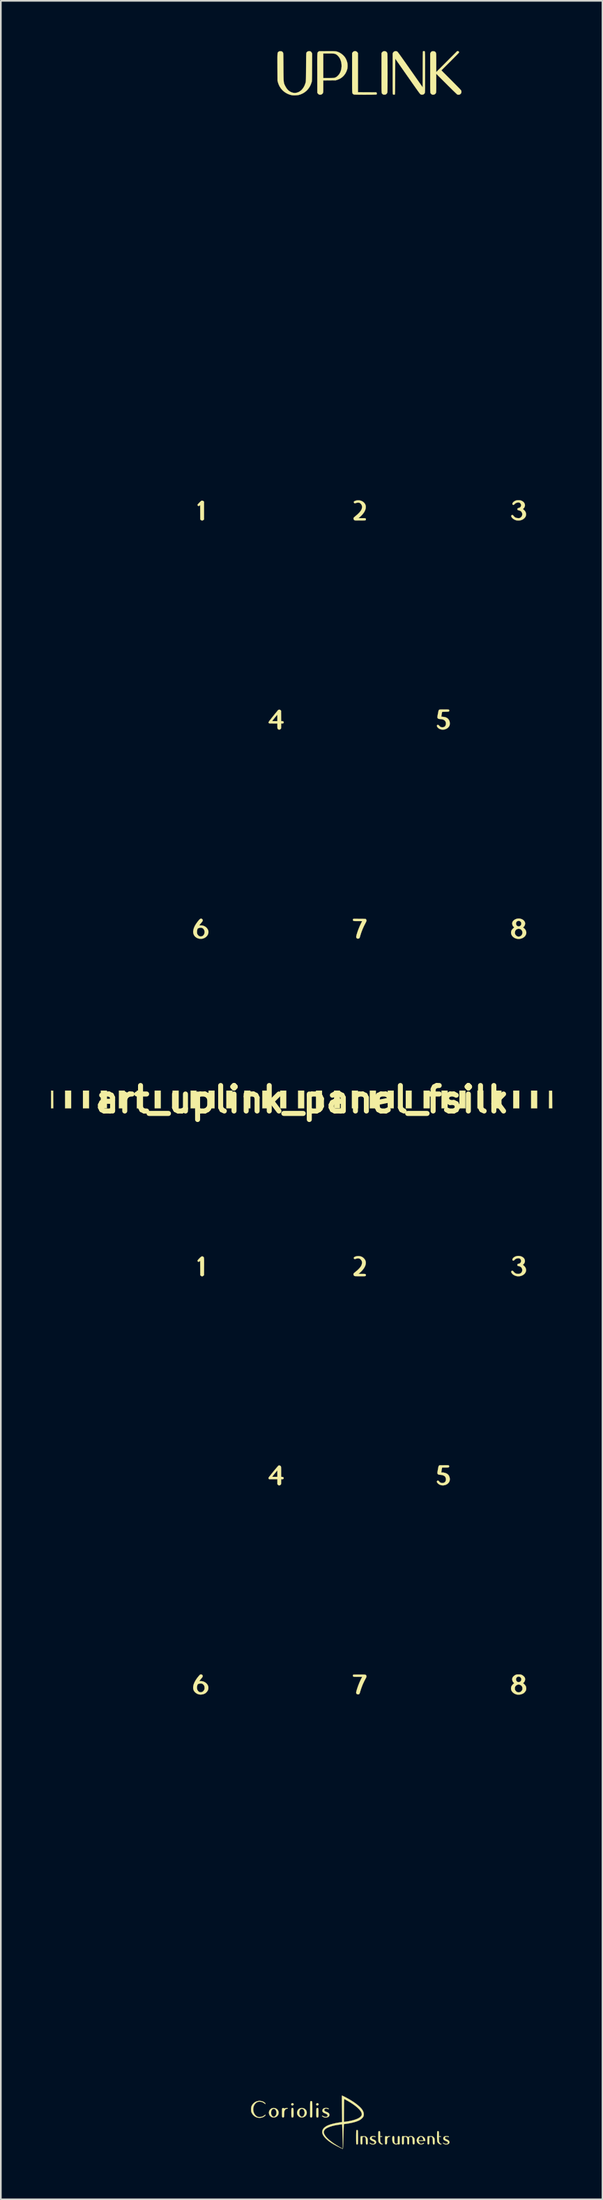
<source format=kicad_pcb>
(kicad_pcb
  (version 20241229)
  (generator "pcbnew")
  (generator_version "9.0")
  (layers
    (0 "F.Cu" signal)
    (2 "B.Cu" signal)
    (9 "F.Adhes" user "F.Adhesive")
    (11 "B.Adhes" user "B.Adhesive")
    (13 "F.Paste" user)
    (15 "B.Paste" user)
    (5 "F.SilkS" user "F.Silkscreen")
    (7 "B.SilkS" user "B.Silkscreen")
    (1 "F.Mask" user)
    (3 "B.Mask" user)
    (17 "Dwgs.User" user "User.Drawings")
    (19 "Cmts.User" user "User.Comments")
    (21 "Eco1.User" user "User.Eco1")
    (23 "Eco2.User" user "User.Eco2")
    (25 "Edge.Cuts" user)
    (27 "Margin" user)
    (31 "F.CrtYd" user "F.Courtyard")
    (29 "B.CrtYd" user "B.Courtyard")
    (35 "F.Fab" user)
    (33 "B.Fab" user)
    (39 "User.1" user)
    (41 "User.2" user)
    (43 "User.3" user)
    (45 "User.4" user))
  (footprint "art_uplink_panel_fsilk"
    (layer "F.Cu")
    (at 15.002 62.649)
    (property "Reference" "art_uplink_panel_fsilk" (at 0 0 0) (layer "F.SilkS") (effects (font (size 1.524 1.524) (thickness 0.3))))
    (attr through_hole)
    (fp_poly (pts (xy -13.801 0.529) (xy -14.161 0.529) (xy -14.161 -0.529) (xy -13.801 -0.529) (xy -13.801 0.529)) (stroke (width 0.01) (type solid)) (fill yes) (layer "F.SilkS"))
    (fp_poly (pts (xy -12.732 0.529) (xy -13.092 0.529) (xy -13.092 -0.529) (xy -12.732 -0.529) (xy -12.732 0.529)) (stroke (width 0.01) (type solid)) (fill yes) (layer "F.SilkS"))
    (fp_poly (pts (xy -11.663 0.529) (xy -12.023 0.529) (xy -12.023 -0.529) (xy -11.663 -0.529) (xy -11.663 0.529)) (stroke (width 0.01) (type solid)) (fill yes) (layer "F.SilkS"))
    (fp_poly (pts (xy -10.594 0.529) (xy -10.943 0.529) (xy -10.943 -0.529) (xy -10.594 -0.529) (xy -10.594 0.529)) (stroke (width 0.01) (type solid)) (fill yes) (layer "F.SilkS"))
    (fp_poly (pts (xy -9.514 0.529) (xy -9.874 0.529) (xy -9.874 -0.529) (xy -9.514 -0.529) (xy -9.514 0.529)) (stroke (width 0.01) (type solid)) (fill yes) (layer "F.SilkS"))
    (fp_poly (pts (xy -8.445 0.529) (xy -8.805 0.529) (xy -8.805 -0.529) (xy -8.445 -0.529) (xy -8.445 0.529)) (stroke (width 0.01) (type solid)) (fill yes) (layer "F.SilkS"))
    (fp_poly (pts (xy -7.377 0.529) (xy -7.736 0.529) (xy -7.736 -0.529) (xy -7.377 -0.529) (xy -7.377 0.529)) (stroke (width 0.01) (type solid)) (fill yes) (layer "F.SilkS"))
    (fp_poly (pts (xy -6.308 0.529) (xy -6.657 0.529) (xy -6.657 -0.529) (xy -6.308 -0.529) (xy -6.308 0.529)) (stroke (width 0.01) (type solid)) (fill yes) (layer "F.SilkS"))
    (fp_poly (pts (xy -5.228 0.529) (xy -5.588 0.529) (xy -5.588 -0.529) (xy -5.228 -0.529) (xy -5.228 0.529)) (stroke (width 0.01) (type solid)) (fill yes) (layer "F.SilkS"))
    (fp_poly (pts (xy -4.159 0.529) (xy -4.519 0.529) (xy -4.519 -0.529) (xy -4.159 -0.529) (xy -4.159 0.529)) (stroke (width 0.01) (type solid)) (fill yes) (layer "F.SilkS"))
    (fp_poly (pts (xy -3.09 0.529) (xy -3.45 0.529) (xy -3.45 -0.529) (xy -3.09 -0.529) (xy -3.09 0.529)) (stroke (width 0.01) (type solid)) (fill yes) (layer "F.SilkS"))
    (fp_poly (pts (xy -2.021 0.529) (xy -2.371 0.529) (xy -2.371 -0.529) (xy -2.021 -0.529) (xy -2.021 0.529)) (stroke (width 0.01) (type solid)) (fill yes) (layer "F.SilkS"))
    (fp_poly (pts (xy -0.942 0.529) (xy -1.302 0.529) (xy -1.302 -0.529) (xy -0.942 -0.529) (xy -0.942 0.529)) (stroke (width 0.01) (type solid)) (fill yes) (layer "F.SilkS"))
    (fp_poly (pts (xy 0.127 0.529) (xy -0.233 0.529) (xy -0.233 -0.529) (xy 0.127 -0.529) (xy 0.127 0.529)) (stroke (width 0.01) (type solid)) (fill yes) (layer "F.SilkS"))
    (fp_poly (pts (xy 1.196 0.529) (xy 0.836 0.529) (xy 0.836 -0.529) (xy 1.196 -0.529) (xy 1.196 0.529)) (stroke (width 0.01) (type solid)) (fill yes) (layer "F.SilkS"))
    (fp_poly (pts (xy 2.265 0.529) (xy 1.916 0.529) (xy 1.916 -0.529) (xy 2.265 -0.529) (xy 2.265 0.529)) (stroke (width 0.01) (type solid)) (fill yes) (layer "F.SilkS"))
    (fp_poly (pts (xy 3.344 0.529) (xy 2.985 0.529) (xy 2.985 -0.529) (xy 3.344 -0.529) (xy 3.344 0.529)) (stroke (width 0.01) (type solid)) (fill yes) (layer "F.SilkS"))
    (fp_poly (pts (xy 4.413 0.529) (xy 4.053 0.529) (xy 4.053 -0.529) (xy 4.413 -0.529) (xy 4.413 0.529)) (stroke (width 0.01) (type solid)) (fill yes) (layer "F.SilkS"))
    (fp_poly (pts (xy 5.482 0.529) (xy 5.122 0.529) (xy 5.122 -0.529) (xy 5.482 -0.529) (xy 5.482 0.529)) (stroke (width 0.01) (type solid)) (fill yes) (layer "F.SilkS"))
    (fp_poly (pts (xy 6.551 0.529) (xy 6.202 0.529) (xy 6.202 -0.529) (xy 6.551 -0.529) (xy 6.551 0.529)) (stroke (width 0.01) (type solid)) (fill yes) (layer "F.SilkS"))
    (fp_poly (pts (xy 7.631 0.529) (xy 7.271 0.529) (xy 7.271 -0.529) (xy 7.631 -0.529) (xy 7.631 0.529)) (stroke (width 0.01) (type solid)) (fill yes) (layer "F.SilkS"))
    (fp_poly (pts (xy 8.7 0.529) (xy 8.34 0.529) (xy 8.34 -0.529) (xy 8.7 -0.529) (xy 8.7 0.529)) (stroke (width 0.01) (type solid)) (fill yes) (layer "F.SilkS"))
    (fp_poly (pts (xy 9.768 0.529) (xy 9.409 0.529) (xy 9.409 -0.529) (xy 9.768 -0.529) (xy 9.768 0.529)) (stroke (width 0.01) (type solid)) (fill yes) (layer "F.SilkS"))
    (fp_poly (pts (xy 10.837 0.529) (xy 10.488 0.529) (xy 10.488 -0.529) (xy 10.837 -0.529) (xy 10.837 0.529)) (stroke (width 0.01) (type solid)) (fill yes) (layer "F.SilkS"))
    (fp_poly (pts (xy 11.917 0.529) (xy 11.557 0.529) (xy 11.557 -0.529) (xy 11.917 -0.529) (xy 11.917 0.529)) (stroke (width 0.01) (type solid)) (fill yes) (layer "F.SilkS"))
    (fp_poly (pts (xy 12.986 0.529) (xy 12.626 0.529) (xy 12.626 -0.529) (xy 12.986 -0.529) (xy 12.986 0.529)) (stroke (width 0.01) (type solid)) (fill yes) (layer "F.SilkS"))
    (fp_poly (pts (xy 14.055 0.529) (xy 13.695 0.529) (xy 13.695 -0.529) (xy 14.055 -0.529) (xy 14.055 0.529)) (stroke (width 0.01) (type solid)) (fill yes) (layer "F.SilkS"))
    (fp_poly (pts (xy -14.875 -0.524) (xy -14.872 0.003) (xy -14.869 0.529) (xy -14.997 0.529) (xy -14.997 -0.53) (xy -14.875 -0.524)) (stroke (width 0.01) (type solid)) (fill yes) (layer "F.SilkS"))
    (fp_poly (pts (xy 14.952 0.003) (xy 14.954 0.529) (xy 14.764 0.529) (xy 14.766 0.003) (xy 14.769 -0.524) (xy 14.949 -0.524) (xy 14.952 0.003)) (stroke (width 0.01) (type solid)) (fill yes) (layer "F.SilkS"))
    (fp_poly (pts (xy -0.545 59.984) (xy -0.518 60.004) (xy -0.501 60.03) (xy -0.497 60.045) (xy -0.504 60.061) (xy -0.518 60.084) (xy -0.519 60.085) (xy -0.549 60.108) (xy -0.585 60.112) (xy -0.622 60.097) (xy -0.622 60.097) (xy -0.642 60.072) (xy -0.645 60.043) (xy -0.635 60.013) (xy -0.614 59.989) (xy -0.583 59.977) (xy -0.572 59.976) (xy -0.545 59.984)) (stroke (width 0.01) (type solid)) (fill yes) (layer "F.SilkS"))
    (fp_poly (pts (xy 0.948 59.984) (xy 0.974 60.004) (xy 0.992 60.03) (xy 0.995 60.045) (xy 0.989 60.061) (xy 0.974 60.084) (xy 0.973 60.085) (xy 0.943 60.108) (xy 0.907 60.112) (xy 0.87 60.097) (xy 0.87 60.097) (xy 0.851 60.072) (xy 0.847 60.043) (xy 0.857 60.013) (xy 0.878 59.989) (xy 0.909 59.977) (xy 0.92 59.976) (xy 0.948 59.984)) (stroke (width 0.01) (type solid)) (fill yes) (layer "F.SilkS"))
    (fp_poly (pts (xy -5.934 -35.777) (xy -5.902 -35.759) (xy -5.892 -35.751) (xy -5.858 -35.72) (xy -5.858 -34.659) (xy -5.892 -34.628) (xy -5.935 -34.602) (xy -5.98 -34.596) (xy -6.024 -34.612) (xy -6.046 -34.628) (xy -6.08 -34.659) (xy -6.086 -35.521) (xy -6.115 -35.494) (xy -6.149 -35.468) (xy -6.179 -35.46) (xy -6.208 -35.47) (xy -6.216 -35.476) (xy -6.235 -35.494) (xy -6.244 -35.512) (xy -6.242 -35.533) (xy -6.229 -35.559) (xy -6.202 -35.593) (xy -6.161 -35.637) (xy -6.13 -35.668) (xy -6.086 -35.712) (xy -6.053 -35.743) (xy -6.03 -35.763) (xy -6.011 -35.775) (xy -5.996 -35.78) (xy -5.979 -35.782) (xy -5.971 -35.782) (xy -5.934 -35.777)) (stroke (width 0.01) (type solid)) (fill yes) (layer "F.SilkS"))
    (fp_poly (pts (xy -0.552 60.263) (xy -0.538 60.268) (xy -0.527 60.28) (xy -0.519 60.301) (xy -0.513 60.332) (xy -0.51 60.377) (xy -0.509 60.438) (xy -0.508 60.517) (xy -0.508 60.547) (xy -0.508 60.627) (xy -0.509 60.688) (xy -0.51 60.734) (xy -0.513 60.767) (xy -0.516 60.789) (xy -0.521 60.803) (xy -0.524 60.809) (xy -0.549 60.828) (xy -0.58 60.832) (xy -0.61 60.821) (xy -0.617 60.814) (xy -0.623 60.805) (xy -0.627 60.792) (xy -0.631 60.771) (xy -0.633 60.741) (xy -0.634 60.697) (xy -0.635 60.639) (xy -0.635 60.562) (xy -0.635 60.545) (xy -0.635 60.46) (xy -0.634 60.394) (xy -0.632 60.345) (xy -0.628 60.309) (xy -0.622 60.286) (xy -0.613 60.272) (xy -0.601 60.264) (xy -0.585 60.262) (xy -0.571 60.261) (xy -0.552 60.263)) (stroke (width 0.01) (type solid)) (fill yes) (layer "F.SilkS"))
    (fp_poly (pts (xy 0.94 60.263) (xy 0.955 60.268) (xy 0.966 60.28) (xy 0.974 60.301) (xy 0.979 60.332) (xy 0.982 60.377) (xy 0.984 60.438) (xy 0.984 60.517) (xy 0.984 60.547) (xy 0.984 60.627) (xy 0.983 60.688) (xy 0.982 60.734) (xy 0.979 60.767) (xy 0.976 60.789) (xy 0.971 60.803) (xy 0.968 60.809) (xy 0.943 60.828) (xy 0.912 60.832) (xy 0.882 60.821) (xy 0.875 60.814) (xy 0.869 60.805) (xy 0.865 60.792) (xy 0.862 60.771) (xy 0.86 60.741) (xy 0.858 60.697) (xy 0.857 60.639) (xy 0.857 60.562) (xy 0.857 60.545) (xy 0.857 60.46) (xy 0.858 60.394) (xy 0.86 60.345) (xy 0.864 60.309) (xy 0.87 60.286) (xy 0.879 60.272) (xy 0.891 60.264) (xy 0.907 60.262) (xy 0.921 60.261) (xy 0.94 60.263)) (stroke (width 0.01) (type solid)) (fill yes) (layer "F.SilkS"))
    (fp_poly (pts (xy 3.317 61.589) (xy 3.332 61.597) (xy 3.335 61.607) (xy 3.338 61.628) (xy 3.34 61.663) (xy 3.342 61.713) (xy 3.343 61.78) (xy 3.344 61.864) (xy 3.344 61.967) (xy 3.344 62.013) (xy 3.344 62.124) (xy 3.344 62.216) (xy 3.343 62.289) (xy 3.341 62.345) (xy 3.339 62.386) (xy 3.336 62.413) (xy 3.333 62.427) (xy 3.332 62.429) (xy 3.312 62.439) (xy 3.291 62.442) (xy 3.266 62.437) (xy 3.251 62.429) (xy 3.248 62.415) (xy 3.245 62.383) (xy 3.242 62.336) (xy 3.24 62.275) (xy 3.239 62.205) (xy 3.238 62.129) (xy 3.238 62.048) (xy 3.238 61.966) (xy 3.238 61.885) (xy 3.239 61.809) (xy 3.241 61.741) (xy 3.243 61.682) (xy 3.245 61.637) (xy 3.248 61.607) (xy 3.251 61.597) (xy 3.271 61.587) (xy 3.291 61.584) (xy 3.317 61.589)) (stroke (width 0.01) (type solid)) (fill yes) (layer "F.SilkS"))
    (fp_poly (pts (xy 0.568 59.852) (xy 0.594 59.869) (xy 0.597 59.872) (xy 0.601 59.88) (xy 0.605 59.893) (xy 0.608 59.912) (xy 0.61 59.94) (xy 0.611 59.979) (xy 0.612 60.029) (xy 0.613 60.094) (xy 0.614 60.175) (xy 0.614 60.274) (xy 0.614 60.343) (xy 0.614 60.452) (xy 0.614 60.542) (xy 0.613 60.615) (xy 0.613 60.672) (xy 0.612 60.716) (xy 0.61 60.749) (xy 0.608 60.773) (xy 0.605 60.789) (xy 0.602 60.799) (xy 0.597 60.807) (xy 0.593 60.812) (xy 0.563 60.83) (xy 0.532 60.828) (xy 0.51 60.817) (xy 0.487 60.8) (xy 0.487 60.342) (xy 0.487 60.231) (xy 0.487 60.14) (xy 0.487 60.065) (xy 0.488 60.007) (xy 0.489 59.961) (xy 0.491 59.928) (xy 0.493 59.903) (xy 0.495 59.887) (xy 0.499 59.876) (xy 0.503 59.87) (xy 0.506 59.866) (xy 0.536 59.851) (xy 0.568 59.852)) (stroke (width 0.01) (type solid)) (fill yes) (layer "F.SilkS"))
    (fp_poly (pts (xy -5.928 9.387) (xy -5.92 9.391) (xy -5.905 9.399) (xy -5.892 9.407) (xy -5.882 9.417) (xy -5.874 9.431) (xy -5.867 9.452) (xy -5.862 9.48) (xy -5.858 9.517) (xy -5.856 9.565) (xy -5.854 9.627) (xy -5.854 9.703) (xy -5.854 9.795) (xy -5.854 9.906) (xy -5.855 9.991) (xy -5.858 10.498) (xy -5.89 10.529) (xy -5.932 10.558) (xy -5.979 10.567) (xy -5.997 10.565) (xy -6.018 10.555) (xy -6.043 10.535) (xy -6.05 10.529) (xy -6.08 10.497) (xy -6.083 10.069) (xy -6.086 9.64) (xy -6.124 9.673) (xy -6.161 9.696) (xy -6.195 9.7) (xy -6.224 9.684) (xy -6.231 9.676) (xy -6.242 9.657) (xy -6.244 9.637) (xy -6.237 9.614) (xy -6.217 9.585) (xy -6.185 9.548) (xy -6.138 9.499) (xy -6.136 9.497) (xy -6.085 9.447) (xy -6.045 9.411) (xy -6.012 9.389) (xy -5.984 9.378) (xy -5.957 9.378) (xy -5.928 9.387)) (stroke (width 0.01) (type solid)) (fill yes) (layer "F.SilkS"))
    (fp_poly (pts (xy 5.247 61.951) (xy 5.266 61.96) (xy 5.268 61.968) (xy 5.252 61.974) (xy 5.23 61.976) (xy 5.184 61.986) (xy 5.142 62.015) (xy 5.108 62.06) (xy 5.1 62.076) (xy 5.091 62.1) (xy 5.085 62.129) (xy 5.082 62.169) (xy 5.08 62.222) (xy 5.08 62.251) (xy 5.079 62.318) (xy 5.075 62.37) (xy 5.069 62.402) (xy 5.066 62.41) (xy 5.045 62.432) (xy 5.016 62.44) (xy 4.988 62.432) (xy 4.981 62.426) (xy 4.975 62.417) (xy 4.97 62.403) (xy 4.967 62.381) (xy 4.965 62.348) (xy 4.964 62.301) (xy 4.964 62.237) (xy 4.964 62.194) (xy 4.964 62.121) (xy 4.964 62.066) (xy 4.966 62.026) (xy 4.968 61.998) (xy 4.971 61.981) (xy 4.976 61.969) (xy 4.983 61.962) (xy 5.011 61.947) (xy 5.039 61.947) (xy 5.06 61.964) (xy 5.069 61.976) (xy 5.079 61.978) (xy 5.098 61.973) (xy 5.119 61.963) (xy 5.18 61.947) (xy 5.214 61.946) (xy 5.247 61.951)) (stroke (width 0.01) (type solid)) (fill yes) (layer "F.SilkS"))
    (fp_poly (pts (xy 3.436 -10.793) (xy 3.801 -10.79) (xy 3.827 -10.76) (xy 3.845 -10.732) (xy 3.853 -10.702) (xy 3.85 -10.667) (xy 3.834 -10.622) (xy 3.807 -10.566) (xy 3.789 -10.532) (xy 3.702 -10.363) (xy 3.62 -10.18) (xy 3.547 -9.991) (xy 3.486 -9.801) (xy 3.46 -9.706) (xy 3.44 -9.657) (xy 3.407 -9.625) (xy 3.363 -9.611) (xy 3.347 -9.61) (xy 3.312 -9.613) (xy 3.285 -9.627) (xy 3.269 -9.641) (xy 3.253 -9.66) (xy 3.243 -9.683) (xy 3.24 -9.711) (xy 3.243 -9.748) (xy 3.253 -9.798) (xy 3.27 -9.862) (xy 3.282 -9.902) (xy 3.325 -10.037) (xy 3.377 -10.179) (xy 3.434 -10.32) (xy 3.493 -10.452) (xy 3.524 -10.516) (xy 3.596 -10.657) (xy 3.351 -10.658) (xy 3.265 -10.658) (xy 3.197 -10.659) (xy 3.146 -10.661) (xy 3.109 -10.666) (xy 3.082 -10.672) (xy 3.065 -10.681) (xy 3.053 -10.693) (xy 3.045 -10.708) (xy 3.044 -10.712) (xy 3.04 -10.741) (xy 3.052 -10.768) (xy 3.07 -10.796) (xy 3.436 -10.793)) (stroke (width 0.01) (type solid)) (fill yes) (layer "F.SilkS"))
    (fp_poly (pts (xy -0.894 60.263) (xy -0.865 60.27) (xy -0.849 60.283) (xy -0.849 60.285) (xy -0.85 60.298) (xy -0.865 60.303) (xy -0.886 60.304) (xy -0.939 60.312) (xy -0.983 60.338) (xy -1.02 60.383) (xy -1.032 60.405) (xy -1.044 60.429) (xy -1.053 60.451) (xy -1.059 60.473) (xy -1.062 60.502) (xy -1.065 60.541) (xy -1.066 60.594) (xy -1.067 60.631) (xy -1.069 60.697) (xy -1.072 60.746) (xy -1.075 60.779) (xy -1.08 60.8) (xy -1.086 60.813) (xy -1.087 60.814) (xy -1.114 60.83) (xy -1.146 60.831) (xy -1.173 60.817) (xy -1.179 60.809) (xy -1.185 60.799) (xy -1.189 60.782) (xy -1.192 60.756) (xy -1.194 60.719) (xy -1.195 60.669) (xy -1.196 60.601) (xy -1.196 60.545) (xy -1.196 60.467) (xy -1.195 60.408) (xy -1.194 60.364) (xy -1.193 60.333) (xy -1.19 60.312) (xy -1.186 60.298) (xy -1.18 60.288) (xy -1.175 60.283) (xy -1.144 60.264) (xy -1.111 60.266) (xy -1.085 60.283) (xy -1.062 60.304) (xy -1.012 60.282) (xy -0.973 60.269) (xy -0.932 60.263) (xy -0.894 60.263)) (stroke (width 0.01) (type solid)) (fill yes) (layer "F.SilkS"))
    (fp_poly (pts (xy 3.665 34.366) (xy 3.716 34.368) (xy 3.755 34.371) (xy 3.784 34.376) (xy 3.804 34.383) (xy 3.818 34.392) (xy 3.828 34.403) (xy 3.836 34.417) (xy 3.837 34.418) (xy 3.85 34.453) (xy 3.85 34.49) (xy 3.838 34.533) (xy 3.812 34.586) (xy 3.806 34.596) (xy 3.71 34.778) (xy 3.621 34.973) (xy 3.544 35.175) (xy 3.48 35.375) (xy 3.476 35.391) (xy 3.457 35.453) (xy 3.44 35.497) (xy 3.421 35.525) (xy 3.398 35.542) (xy 3.37 35.549) (xy 3.352 35.549) (xy 3.318 35.545) (xy 3.288 35.535) (xy 3.282 35.532) (xy 3.251 35.501) (xy 3.238 35.459) (xy 3.24 35.407) (xy 3.245 35.384) (xy 3.278 35.267) (xy 3.319 35.139) (xy 3.366 35.008) (xy 3.417 34.878) (xy 3.47 34.756) (xy 3.521 34.647) (xy 3.535 34.621) (xy 3.597 34.502) (xy 3.35 34.502) (xy 3.253 34.501) (xy 3.177 34.499) (xy 3.122 34.497) (xy 3.087 34.493) (xy 3.075 34.489) (xy 3.049 34.467) (xy 3.039 34.436) (xy 3.047 34.401) (xy 3.049 34.397) (xy 3.065 34.369) (xy 3.414 34.367) (xy 3.516 34.366) (xy 3.599 34.366) (xy 3.665 34.366)) (stroke (width 0.01) (type solid)) (fill yes) (layer "F.SilkS"))
    (fp_poly (pts (xy 4.634 61.65) (xy 4.649 61.657) (xy 4.658 61.672) (xy 4.664 61.699) (xy 4.666 61.74) (xy 4.667 61.799) (xy 4.667 61.814) (xy 4.667 61.955) (xy 4.731 61.955) (xy 4.768 61.956) (xy 4.787 61.96) (xy 4.794 61.969) (xy 4.794 61.971) (xy 4.789 61.98) (xy 4.772 61.985) (xy 4.739 61.987) (xy 4.73 61.987) (xy 4.665 61.987) (xy 4.669 62.127) (xy 4.671 62.187) (xy 4.674 62.231) (xy 4.679 62.264) (xy 4.686 62.29) (xy 4.696 62.315) (xy 4.698 62.318) (xy 4.725 62.359) (xy 4.758 62.39) (xy 4.793 62.408) (xy 4.807 62.41) (xy 4.823 62.417) (xy 4.826 62.426) (xy 4.817 62.437) (xy 4.792 62.441) (xy 4.756 62.437) (xy 4.72 62.428) (xy 4.683 62.408) (xy 4.643 62.375) (xy 4.607 62.335) (xy 4.581 62.294) (xy 4.574 62.276) (xy 4.57 62.252) (xy 4.567 62.212) (xy 4.564 62.159) (xy 4.562 62.097) (xy 4.561 62.028) (xy 4.561 61.957) (xy 4.561 61.887) (xy 4.562 61.82) (xy 4.564 61.761) (xy 4.566 61.713) (xy 4.57 61.678) (xy 4.574 61.661) (xy 4.574 61.661) (xy 4.594 61.651) (xy 4.614 61.648) (xy 4.634 61.65)) (stroke (width 0.01) (type solid)) (fill yes) (layer "F.SilkS"))
    (fp_poly (pts (xy 8.148 61.65) (xy 8.162 61.657) (xy 8.172 61.672) (xy 8.177 61.699) (xy 8.18 61.74) (xy 8.181 61.799) (xy 8.181 61.814) (xy 8.181 61.955) (xy 8.244 61.955) (xy 8.281 61.956) (xy 8.301 61.96) (xy 8.308 61.969) (xy 8.308 61.971) (xy 8.303 61.98) (xy 8.286 61.985) (xy 8.253 61.987) (xy 8.243 61.987) (xy 8.178 61.987) (xy 8.183 62.127) (xy 8.185 62.187) (xy 8.188 62.231) (xy 8.193 62.264) (xy 8.2 62.29) (xy 8.21 62.315) (xy 8.212 62.318) (xy 8.238 62.359) (xy 8.272 62.39) (xy 8.306 62.408) (xy 8.321 62.41) (xy 8.337 62.417) (xy 8.34 62.426) (xy 8.33 62.437) (xy 8.306 62.441) (xy 8.27 62.437) (xy 8.234 62.428) (xy 8.196 62.408) (xy 8.157 62.375) (xy 8.121 62.335) (xy 8.095 62.294) (xy 8.088 62.276) (xy 8.084 62.252) (xy 8.081 62.212) (xy 8.078 62.159) (xy 8.076 62.097) (xy 8.075 62.028) (xy 8.074 61.957) (xy 8.075 61.887) (xy 8.076 61.82) (xy 8.077 61.761) (xy 8.08 61.713) (xy 8.083 61.678) (xy 8.087 61.661) (xy 8.088 61.661) (xy 8.108 61.651) (xy 8.128 61.648) (xy 8.148 61.65)) (stroke (width 0.01) (type solid)) (fill yes) (layer "F.SilkS"))
    (fp_poly (pts (xy 5.795 61.945) (xy 5.808 61.949) (xy 5.817 61.959) (xy 5.824 61.978) (xy 5.828 62.007) (xy 5.83 62.05) (xy 5.831 62.109) (xy 5.831 62.186) (xy 5.831 62.195) (xy 5.831 62.421) (xy 5.805 62.433) (xy 5.777 62.439) (xy 5.749 62.432) (xy 5.714 62.425) (xy 5.69 62.431) (xy 5.64 62.441) (xy 5.583 62.438) (xy 5.531 62.422) (xy 5.53 62.422) (xy 5.484 62.395) (xy 5.449 62.36) (xy 5.424 62.313) (xy 5.407 62.254) (xy 5.399 62.178) (xy 5.398 62.11) (xy 5.399 62.046) (xy 5.405 62) (xy 5.415 61.97) (xy 5.431 61.953) (xy 5.452 61.946) (xy 5.474 61.946) (xy 5.49 61.952) (xy 5.501 61.968) (xy 5.508 61.995) (xy 5.512 62.037) (xy 5.514 62.097) (xy 5.514 62.133) (xy 5.516 62.212) (xy 5.52 62.273) (xy 5.529 62.319) (xy 5.542 62.353) (xy 5.561 62.378) (xy 5.579 62.393) (xy 5.604 62.406) (xy 5.631 62.408) (xy 5.667 62.399) (xy 5.683 62.393) (xy 5.726 62.376) (xy 5.726 62.173) (xy 5.726 62.098) (xy 5.727 62.041) (xy 5.73 62) (xy 5.734 61.973) (xy 5.742 61.956) (xy 5.752 61.948) (xy 5.767 61.945) (xy 5.779 61.944) (xy 5.795 61.945)) (stroke (width 0.01) (type solid)) (fill yes) (layer "F.SilkS"))
    (fp_poly (pts (xy 3.219 -62.637) (xy 3.27 -62.611) (xy 3.314 -62.568) (xy 3.32 -62.559) (xy 3.344 -62.523) (xy 3.344 -60.188) (xy 4.436 -60.182) (xy 4.457 -60.156) (xy 4.472 -60.124) (xy 4.471 -60.089) (xy 4.456 -60.059) (xy 4.448 -60.052) (xy 4.434 -60.05) (xy 4.402 -60.048) (xy 4.352 -60.046) (xy 4.288 -60.044) (xy 4.212 -60.042) (xy 4.126 -60.041) (xy 4.032 -60.04) (xy 3.932 -60.04) (xy 3.829 -60.039) (xy 3.724 -60.039) (xy 3.621 -60.039) (xy 3.521 -60.04) (xy 3.427 -60.041) (xy 3.34 -60.042) (xy 3.263 -60.043) (xy 3.199 -60.045) (xy 3.149 -60.047) (xy 3.115 -60.049) (xy 3.101 -60.051) (xy 3.073 -60.066) (xy 3.05 -60.085) (xy 3.041 -60.092) (xy 3.034 -60.099) (xy 3.027 -60.106) (xy 3.021 -60.115) (xy 3.016 -60.127) (xy 3.012 -60.143) (xy 3.008 -60.164) (xy 3.005 -60.192) (xy 3.002 -60.227) (xy 3 -60.27) (xy 2.999 -60.324) (xy 2.997 -60.389) (xy 2.996 -60.466) (xy 2.996 -60.557) (xy 2.995 -60.663) (xy 2.995 -60.784) (xy 2.995 -60.922) (xy 2.995 -61.079) (xy 2.995 -61.255) (xy 2.995 -61.344) (xy 2.995 -62.523) (xy 3.019 -62.559) (xy 3.061 -62.605) (xy 3.111 -62.634) (xy 3.165 -62.644) (xy 3.219 -62.637)) (stroke (width 0.01) (type solid)) (fill yes) (layer "F.SilkS"))
    (fp_poly (pts (xy -1.616 60.272) (xy -1.554 60.296) (xy -1.491 60.339) (xy -1.445 60.393) (xy -1.414 60.454) (xy -1.399 60.519) (xy -1.401 60.586) (xy -1.418 60.651) (xy -1.451 60.711) (xy -1.5 60.763) (xy -1.557 60.8) (xy -1.633 60.827) (xy -1.711 60.832) (xy -1.79 60.818) (xy -1.799 60.815) (xy -1.848 60.789) (xy -1.895 60.748) (xy -1.935 60.7) (xy -1.961 60.65) (xy -1.961 60.648) (xy -1.978 60.57) (xy -1.977 60.547) (xy -1.847 60.547) (xy -1.846 60.594) (xy -1.842 60.627) (xy -1.835 60.654) (xy -1.821 60.683) (xy -1.814 60.695) (xy -1.782 60.74) (xy -1.744 60.772) (xy -1.705 60.789) (xy -1.69 60.791) (xy -1.667 60.786) (xy -1.641 60.775) (xy -1.599 60.743) (xy -1.564 60.694) (xy -1.538 60.636) (xy -1.525 60.572) (xy -1.524 60.547) (xy -1.53 60.497) (xy -1.545 60.442) (xy -1.566 60.394) (xy -1.584 60.367) (xy -1.627 60.328) (xy -1.672 60.309) (xy -1.716 60.31) (xy -1.759 60.332) (xy -1.798 60.373) (xy -1.822 60.411) (xy -1.835 60.44) (xy -1.843 60.47) (xy -1.846 60.509) (xy -1.847 60.547) (xy -1.977 60.547) (xy -1.974 60.494) (xy -1.951 60.424) (xy -1.909 60.36) (xy -1.895 60.346) (xy -1.834 60.298) (xy -1.765 60.27) (xy -1.691 60.261) (xy -1.616 60.272)) (stroke (width 0.01) (type solid)) (fill yes) (layer "F.SilkS"))
    (fp_poly (pts (xy 0.066 60.272) (xy 0.129 60.296) (xy 0.191 60.339) (xy 0.238 60.393) (xy 0.269 60.454) (xy 0.283 60.519) (xy 0.282 60.586) (xy 0.265 60.651) (xy 0.232 60.711) (xy 0.183 60.763) (xy 0.125 60.8) (xy 0.05 60.827) (xy -0.029 60.832) (xy -0.107 60.818) (xy -0.116 60.815) (xy -0.165 60.789) (xy -0.212 60.748) (xy -0.252 60.7) (xy -0.278 60.65) (xy -0.279 60.648) (xy -0.295 60.57) (xy -0.294 60.547) (xy -0.164 60.547) (xy -0.163 60.594) (xy -0.16 60.627) (xy -0.152 60.654) (xy -0.138 60.683) (xy -0.131 60.695) (xy -0.099 60.74) (xy -0.061 60.772) (xy -0.022 60.789) (xy -0.008 60.791) (xy 0.015 60.786) (xy 0.042 60.775) (xy 0.084 60.743) (xy 0.119 60.694) (xy 0.144 60.636) (xy 0.158 60.572) (xy 0.159 60.547) (xy 0.153 60.497) (xy 0.138 60.442) (xy 0.117 60.394) (xy 0.099 60.367) (xy 0.056 60.328) (xy 0.011 60.309) (xy -0.033 60.31) (xy -0.076 60.332) (xy -0.116 60.373) (xy -0.139 60.411) (xy -0.152 60.44) (xy -0.16 60.47) (xy -0.163 60.509) (xy -0.164 60.547) (xy -0.294 60.547) (xy -0.291 60.494) (xy -0.268 60.424) (xy -0.226 60.36) (xy -0.212 60.346) (xy -0.151 60.298) (xy -0.082 60.27) (xy -0.009 60.261) (xy 0.066 60.272)) (stroke (width 0.01) (type solid)) (fill yes) (layer "F.SilkS"))
    (fp_poly (pts (xy 4.324 61.947) (xy 4.363 61.957) (xy 4.389 61.972) (xy 4.396 61.981) (xy 4.396 61.998) (xy 4.381 62.002) (xy 4.35 61.993) (xy 4.346 61.992) (xy 4.296 61.978) (xy 4.249 61.977) (xy 4.208 61.987) (xy 4.177 62.007) (xy 4.161 62.036) (xy 4.159 62.051) (xy 4.164 62.078) (xy 4.18 62.101) (xy 4.211 62.122) (xy 4.259 62.143) (xy 4.277 62.15) (xy 4.346 62.183) (xy 4.395 62.221) (xy 4.423 62.266) (xy 4.43 62.289) (xy 4.429 62.335) (xy 4.41 62.375) (xy 4.376 62.407) (xy 4.33 62.431) (xy 4.274 62.444) (xy 4.211 62.445) (xy 4.181 62.441) (xy 4.143 62.429) (xy 4.106 62.411) (xy 4.074 62.39) (xy 4.052 62.369) (xy 4.043 62.35) (xy 4.047 62.339) (xy 4.058 62.341) (xy 4.08 62.352) (xy 4.093 62.36) (xy 4.144 62.39) (xy 4.191 62.406) (xy 4.238 62.41) (xy 4.283 62.403) (xy 4.317 62.383) (xy 4.336 62.354) (xy 4.339 62.335) (xy 4.333 62.308) (xy 4.314 62.283) (xy 4.278 62.26) (xy 4.225 62.237) (xy 4.213 62.233) (xy 4.16 62.209) (xy 4.117 62.183) (xy 4.099 62.169) (xy 4.077 62.143) (xy 4.066 62.118) (xy 4.064 62.083) (xy 4.064 62.083) (xy 4.071 62.033) (xy 4.094 61.995) (xy 4.135 61.965) (xy 4.145 61.96) (xy 4.183 61.948) (xy 4.228 61.942) (xy 4.277 61.942) (xy 4.324 61.947)) (stroke (width 0.01) (type solid)) (fill yes) (layer "F.SilkS"))
    (fp_poly (pts (xy 4.986 -62.633) (xy 5.037 -62.607) (xy 5.075 -62.564) (xy 5.099 -62.507) (xy 5.101 -62.495) (xy 5.103 -62.476) (xy 5.104 -62.438) (xy 5.105 -62.382) (xy 5.107 -62.31) (xy 5.108 -62.224) (xy 5.109 -62.126) (xy 5.11 -62.017) (xy 5.11 -61.898) (xy 5.111 -61.773) (xy 5.111 -61.642) (xy 5.111 -61.507) (xy 5.112 -61.371) (xy 5.112 -61.233) (xy 5.111 -61.097) (xy 5.111 -60.964) (xy 5.111 -60.836) (xy 5.11 -60.715) (xy 5.11 -60.601) (xy 5.109 -60.498) (xy 5.108 -60.406) (xy 5.107 -60.328) (xy 5.105 -60.264) (xy 5.104 -60.218) (xy 5.102 -60.19) (xy 5.102 -60.183) (xy 5.078 -60.125) (xy 5.036 -60.076) (xy 5.024 -60.067) (xy 4.992 -60.053) (xy 4.949 -60.044) (xy 4.903 -60.042) (xy 4.865 -60.048) (xy 4.858 -60.051) (xy 4.83 -60.066) (xy 4.806 -60.085) (xy 4.798 -60.092) (xy 4.791 -60.099) (xy 4.784 -60.106) (xy 4.778 -60.115) (xy 4.773 -60.127) (xy 4.769 -60.143) (xy 4.765 -60.164) (xy 4.762 -60.192) (xy 4.759 -60.227) (xy 4.757 -60.27) (xy 4.755 -60.324) (xy 4.754 -60.389) (xy 4.753 -60.466) (xy 4.753 -60.557) (xy 4.752 -60.663) (xy 4.752 -60.784) (xy 4.752 -60.922) (xy 4.752 -61.079) (xy 4.752 -61.255) (xy 4.752 -61.344) (xy 4.752 -62.523) (xy 4.776 -62.559) (xy 4.819 -62.606) (xy 4.869 -62.634) (xy 4.923 -62.643) (xy 4.986 -62.633)) (stroke (width 0.01) (type solid)) (fill yes) (layer "F.SilkS"))
    (fp_poly (pts (xy 8.705 61.947) (xy 8.744 61.957) (xy 8.77 61.972) (xy 8.777 61.981) (xy 8.778 61.998) (xy 8.762 62.002) (xy 8.731 61.993) (xy 8.727 61.992) (xy 8.678 61.978) (xy 8.63 61.977) (xy 8.589 61.987) (xy 8.559 62.007) (xy 8.542 62.036) (xy 8.541 62.051) (xy 8.546 62.078) (xy 8.562 62.101) (xy 8.593 62.122) (xy 8.641 62.143) (xy 8.658 62.15) (xy 8.727 62.183) (xy 8.776 62.221) (xy 8.805 62.266) (xy 8.811 62.289) (xy 8.811 62.335) (xy 8.792 62.375) (xy 8.757 62.407) (xy 8.711 62.431) (xy 8.655 62.444) (xy 8.593 62.445) (xy 8.563 62.441) (xy 8.524 62.429) (xy 8.487 62.411) (xy 8.456 62.39) (xy 8.434 62.369) (xy 8.424 62.35) (xy 8.428 62.339) (xy 8.44 62.341) (xy 8.462 62.352) (xy 8.474 62.36) (xy 8.525 62.39) (xy 8.573 62.406) (xy 8.619 62.41) (xy 8.665 62.403) (xy 8.699 62.383) (xy 8.718 62.354) (xy 8.721 62.335) (xy 8.715 62.308) (xy 8.695 62.283) (xy 8.66 62.26) (xy 8.606 62.237) (xy 8.595 62.233) (xy 8.541 62.209) (xy 8.498 62.183) (xy 8.481 62.169) (xy 8.458 62.143) (xy 8.448 62.118) (xy 8.445 62.083) (xy 8.445 62.083) (xy 8.453 62.033) (xy 8.476 61.995) (xy 8.517 61.965) (xy 8.526 61.96) (xy 8.564 61.948) (xy 8.61 61.942) (xy 8.659 61.942) (xy 8.705 61.947)) (stroke (width 0.01) (type solid)) (fill yes) (layer "F.SilkS"))
    (fp_poly (pts (xy 1.501 60.263) (xy 1.545 60.273) (xy 1.577 60.288) (xy 1.595 60.307) (xy 1.596 60.313) (xy 1.598 60.326) (xy 1.596 60.333) (xy 1.586 60.333) (xy 1.563 60.325) (xy 1.532 60.314) (xy 1.465 60.297) (xy 1.41 60.297) (xy 1.368 60.313) (xy 1.339 60.346) (xy 1.337 60.349) (xy 1.327 60.388) (xy 1.337 60.423) (xy 1.367 60.455) (xy 1.419 60.484) (xy 1.463 60.5) (xy 1.534 60.53) (xy 1.586 60.564) (xy 1.62 60.605) (xy 1.631 60.632) (xy 1.638 60.687) (xy 1.626 60.736) (xy 1.596 60.776) (xy 1.549 60.808) (xy 1.487 60.829) (xy 1.445 60.836) (xy 1.404 60.838) (xy 1.364 60.835) (xy 1.352 60.832) (xy 1.294 60.812) (xy 1.242 60.783) (xy 1.208 60.755) (xy 1.192 60.734) (xy 1.193 60.723) (xy 1.208 60.722) (xy 1.236 60.732) (xy 1.274 60.752) (xy 1.275 60.753) (xy 1.34 60.785) (xy 1.401 60.799) (xy 1.454 60.796) (xy 1.498 60.774) (xy 1.509 60.764) (xy 1.532 60.731) (xy 1.533 60.698) (xy 1.515 60.665) (xy 1.477 60.632) (xy 1.419 60.602) (xy 1.347 60.575) (xy 1.288 60.544) (xy 1.255 60.515) (xy 1.231 60.486) (xy 1.22 60.46) (xy 1.217 60.428) (xy 1.217 60.423) (xy 1.225 60.367) (xy 1.251 60.323) (xy 1.295 60.289) (xy 1.306 60.283) (xy 1.349 60.268) (xy 1.399 60.26) (xy 1.451 60.259) (xy 1.501 60.263)) (stroke (width 0.01) (type solid)) (fill yes) (layer "F.SilkS"))
    (fp_poly (pts (xy 7.161 61.949) (xy 7.206 61.962) (xy 7.213 61.964) (xy 7.268 62) (xy 7.314 62.05) (xy 7.347 62.108) (xy 7.364 62.17) (xy 7.366 62.194) (xy 7.366 62.23) (xy 7.176 62.23) (xy 7.107 62.23) (xy 7.056 62.229) (xy 7.022 62.227) (xy 7 62.225) (xy 6.989 62.221) (xy 6.985 62.215) (xy 6.985 62.214) (xy 6.988 62.207) (xy 7 62.203) (xy 7.023 62.2) (xy 7.06 62.199) (xy 7.116 62.198) (xy 7.25 62.198) (xy 7.249 62.164) (xy 7.242 62.122) (xy 7.224 62.076) (xy 7.199 62.034) (xy 7.171 62.003) (xy 7.163 61.997) (xy 7.124 61.98) (xy 7.09 61.98) (xy 7.055 61.999) (xy 7.045 62.008) (xy 7.006 62.055) (xy 6.982 62.113) (xy 6.972 62.177) (xy 6.975 62.242) (xy 6.993 62.304) (xy 7.024 62.357) (xy 7.049 62.382) (xy 7.076 62.402) (xy 7.102 62.408) (xy 7.131 62.407) (xy 7.167 62.398) (xy 7.208 62.381) (xy 7.229 62.369) (xy 7.259 62.351) (xy 7.277 62.344) (xy 7.285 62.347) (xy 7.289 62.354) (xy 7.286 62.374) (xy 7.266 62.394) (xy 7.213 62.424) (xy 7.15 62.439) (xy 7.083 62.439) (xy 7.017 62.424) (xy 7 62.416) (xy 6.941 62.379) (xy 6.899 62.332) (xy 6.871 62.278) (xy 6.859 62.22) (xy 6.861 62.161) (xy 6.876 62.104) (xy 6.904 62.051) (xy 6.944 62.006) (xy 6.995 61.971) (xy 7.057 61.95) (xy 7.112 61.945) (xy 7.161 61.949)) (stroke (width 0.01) (type solid)) (fill yes) (layer "F.SilkS"))
    (fp_poly (pts (xy 3.767 61.953) (xy 3.792 61.959) (xy 3.814 61.969) (xy 3.833 61.981) (xy 3.87 62.015) (xy 3.9 62.055) (xy 3.903 62.06) (xy 3.912 62.081) (xy 3.919 62.102) (xy 3.923 62.128) (xy 3.925 62.162) (xy 3.926 62.21) (xy 3.926 62.262) (xy 3.926 62.328) (xy 3.924 62.375) (xy 3.92 62.407) (xy 3.913 62.427) (xy 3.901 62.437) (xy 3.885 62.441) (xy 3.873 62.442) (xy 3.854 62.44) (xy 3.839 62.433) (xy 3.83 62.418) (xy 3.824 62.391) (xy 3.821 62.35) (xy 3.821 62.291) (xy 3.821 62.275) (xy 3.819 62.195) (xy 3.815 62.132) (xy 3.807 62.084) (xy 3.794 62.047) (xy 3.776 62.018) (xy 3.766 62.006) (xy 3.744 61.985) (xy 3.724 61.978) (xy 3.696 61.98) (xy 3.692 61.98) (xy 3.664 61.985) (xy 3.643 61.99) (xy 3.628 61.999) (xy 3.618 62.014) (xy 3.613 62.038) (xy 3.61 62.075) (xy 3.609 62.126) (xy 3.609 62.196) (xy 3.609 62.208) (xy 3.609 62.28) (xy 3.608 62.334) (xy 3.606 62.372) (xy 3.603 62.398) (xy 3.599 62.414) (xy 3.593 62.424) (xy 3.592 62.425) (xy 3.565 62.439) (xy 3.535 62.439) (xy 3.512 62.424) (xy 3.507 62.412) (xy 3.503 62.389) (xy 3.499 62.352) (xy 3.497 62.299) (xy 3.495 62.228) (xy 3.495 62.205) (xy 3.494 62.124) (xy 3.495 62.062) (xy 3.498 62.017) (xy 3.503 61.986) (xy 3.511 61.966) (xy 3.524 61.956) (xy 3.54 61.952) (xy 3.556 61.952) (xy 3.593 61.954) (xy 3.625 61.954) (xy 3.687 61.951) (xy 3.733 61.95) (xy 3.767 61.953)) (stroke (width 0.01) (type solid)) (fill yes) (layer "F.SilkS"))
    (fp_poly (pts (xy 7.767 61.953) (xy 7.793 61.959) (xy 7.815 61.969) (xy 7.833 61.981) (xy 7.871 62.015) (xy 7.9 62.055) (xy 7.903 62.06) (xy 7.913 62.081) (xy 7.919 62.102) (xy 7.923 62.128) (xy 7.926 62.162) (xy 7.927 62.21) (xy 7.927 62.262) (xy 7.926 62.328) (xy 7.925 62.375) (xy 7.92 62.407) (xy 7.913 62.427) (xy 7.902 62.437) (xy 7.885 62.441) (xy 7.874 62.442) (xy 7.854 62.44) (xy 7.84 62.433) (xy 7.83 62.418) (xy 7.825 62.391) (xy 7.822 62.35) (xy 7.821 62.291) (xy 7.821 62.275) (xy 7.82 62.195) (xy 7.815 62.132) (xy 7.807 62.084) (xy 7.795 62.047) (xy 7.777 62.018) (xy 7.767 62.006) (xy 7.745 61.985) (xy 7.725 61.978) (xy 7.696 61.98) (xy 7.693 61.98) (xy 7.665 61.985) (xy 7.644 61.99) (xy 7.629 61.999) (xy 7.619 62.014) (xy 7.613 62.038) (xy 7.61 62.075) (xy 7.609 62.126) (xy 7.609 62.196) (xy 7.609 62.208) (xy 7.609 62.28) (xy 7.608 62.334) (xy 7.606 62.372) (xy 7.604 62.398) (xy 7.599 62.414) (xy 7.594 62.424) (xy 7.593 62.425) (xy 7.566 62.439) (xy 7.536 62.439) (xy 7.513 62.424) (xy 7.507 62.412) (xy 7.503 62.389) (xy 7.5 62.352) (xy 7.497 62.299) (xy 7.496 62.228) (xy 7.495 62.205) (xy 7.495 62.124) (xy 7.495 62.062) (xy 7.498 62.017) (xy 7.503 61.986) (xy 7.512 61.966) (xy 7.524 61.956) (xy 7.541 61.952) (xy 7.557 61.952) (xy 7.593 61.954) (xy 7.625 61.954) (xy 7.688 61.951) (xy 7.734 61.95) (xy 7.767 61.953)) (stroke (width 0.01) (type solid)) (fill yes) (layer "F.SilkS"))
    (fp_poly (pts (xy -2.417 59.853) (xy -2.323 59.886) (xy -2.278 59.911) (xy -2.238 59.939) (xy -2.207 59.967) (xy -2.188 59.992) (xy -2.183 60.011) (xy -2.184 60.012) (xy -2.191 60.025) (xy -2.201 60.023) (xy -2.215 60.014) (xy -2.275 59.971) (xy -2.325 59.94) (xy -2.37 59.918) (xy -2.413 59.903) (xy -2.441 59.896) (xy -2.529 59.884) (xy -2.607 59.891) (xy -2.679 59.916) (xy -2.747 59.962) (xy -2.779 59.991) (xy -2.838 60.063) (xy -2.88 60.144) (xy -2.907 60.231) (xy -2.918 60.322) (xy -2.914 60.413) (xy -2.895 60.501) (xy -2.863 60.585) (xy -2.816 60.66) (xy -2.756 60.724) (xy -2.683 60.775) (xy -2.669 60.782) (xy -2.639 60.795) (xy -2.608 60.802) (xy -2.568 60.805) (xy -2.529 60.805) (xy -2.437 60.797) (xy -2.357 60.772) (xy -2.284 60.731) (xy -2.275 60.724) (xy -2.237 60.695) (xy -2.212 60.677) (xy -2.198 60.668) (xy -2.191 60.667) (xy -2.187 60.672) (xy -2.184 60.679) (xy -2.187 60.7) (xy -2.206 60.727) (xy -2.238 60.755) (xy -2.28 60.783) (xy -2.329 60.809) (xy -2.381 60.83) (xy -2.408 60.838) (xy -2.485 60.851) (xy -2.569 60.852) (xy -2.651 60.843) (xy -2.696 60.832) (xy -2.78 60.795) (xy -2.859 60.74) (xy -2.929 60.672) (xy -2.985 60.594) (xy -3.017 60.529) (xy -3.029 60.498) (xy -3.036 60.466) (xy -3.04 60.429) (xy -3.042 60.38) (xy -3.042 60.346) (xy -3.039 60.267) (xy -3.029 60.202) (xy -3.011 60.145) (xy -2.981 60.09) (xy -2.944 60.036) (xy -2.875 59.963) (xy -2.795 59.906) (xy -2.707 59.866) (xy -2.612 59.843) (xy -2.515 59.838) (xy -2.417 59.853)) (stroke (width 0.01) (type solid)) (fill yes) (layer "F.SilkS"))
    (fp_poly (pts (xy 3.442 9.363) (xy 3.485 9.372) (xy 3.556 9.395) (xy 3.615 9.425) (xy 3.671 9.468) (xy 3.691 9.486) (xy 3.751 9.556) (xy 3.791 9.631) (xy 3.811 9.713) (xy 3.812 9.799) (xy 3.795 9.89) (xy 3.758 9.984) (xy 3.704 10.08) (xy 3.63 10.179) (xy 3.539 10.278) (xy 3.447 10.363) (xy 3.376 10.425) (xy 3.577 10.425) (xy 3.647 10.425) (xy 3.7 10.425) (xy 3.737 10.427) (xy 3.763 10.429) (xy 3.78 10.433) (xy 3.791 10.439) (xy 3.799 10.446) (xy 3.815 10.471) (xy 3.821 10.493) (xy 3.813 10.521) (xy 3.799 10.541) (xy 3.792 10.547) (xy 3.783 10.552) (xy 3.77 10.556) (xy 3.75 10.558) (xy 3.72 10.56) (xy 3.679 10.561) (xy 3.624 10.562) (xy 3.552 10.562) (xy 3.469 10.562) (xy 3.375 10.561) (xy 3.3 10.561) (xy 3.242 10.559) (xy 3.198 10.557) (xy 3.167 10.555) (xy 3.146 10.551) (xy 3.133 10.547) (xy 3.131 10.546) (xy 3.101 10.519) (xy 3.081 10.48) (xy 3.074 10.438) (xy 3.076 10.425) (xy 3.082 10.409) (xy 3.095 10.39) (xy 3.118 10.367) (xy 3.153 10.336) (xy 3.202 10.296) (xy 3.207 10.292) (xy 3.314 10.202) (xy 3.402 10.117) (xy 3.472 10.038) (xy 3.525 9.962) (xy 3.561 9.889) (xy 3.581 9.817) (xy 3.586 9.773) (xy 3.587 9.723) (xy 3.581 9.685) (xy 3.569 9.651) (xy 3.53 9.583) (xy 3.481 9.534) (xy 3.422 9.504) (xy 3.355 9.493) (xy 3.28 9.502) (xy 3.225 9.518) (xy 3.175 9.533) (xy 3.14 9.535) (xy 3.115 9.523) (xy 3.101 9.5) (xy 3.096 9.466) (xy 3.108 9.437) (xy 3.138 9.412) (xy 3.187 9.389) (xy 3.246 9.371) (xy 3.343 9.357) (xy 3.442 9.363)) (stroke (width 0.01) (type solid)) (fill yes) (layer "F.SilkS"))
    (fp_poly (pts (xy 3.429 -35.798) (xy 3.518 -35.778) (xy 3.602 -35.742) (xy 3.676 -35.693) (xy 3.736 -35.63) (xy 3.737 -35.629) (xy 3.778 -35.563) (xy 3.803 -35.497) (xy 3.813 -35.422) (xy 3.813 -35.407) (xy 3.804 -35.31) (xy 3.774 -35.212) (xy 3.724 -35.111) (xy 3.654 -35.009) (xy 3.564 -34.906) (xy 3.455 -34.803) (xy 3.447 -34.796) (xy 3.376 -34.734) (xy 3.581 -34.734) (xy 3.652 -34.734) (xy 3.705 -34.734) (xy 3.743 -34.732) (xy 3.769 -34.73) (xy 3.786 -34.726) (xy 3.797 -34.721) (xy 3.803 -34.715) (xy 3.818 -34.684) (xy 3.817 -34.648) (xy 3.806 -34.623) (xy 3.8 -34.617) (xy 3.792 -34.612) (xy 3.779 -34.609) (xy 3.759 -34.606) (xy 3.729 -34.604) (xy 3.687 -34.602) (xy 3.63 -34.601) (xy 3.557 -34.601) (xy 3.48 -34.6) (xy 3.4 -34.6) (xy 3.327 -34.6) (xy 3.262 -34.601) (xy 3.209 -34.602) (xy 3.171 -34.604) (xy 3.151 -34.606) (xy 3.149 -34.607) (xy 3.109 -34.634) (xy 3.085 -34.673) (xy 3.078 -34.72) (xy 3.084 -34.753) (xy 3.095 -34.768) (xy 3.119 -34.792) (xy 3.154 -34.824) (xy 3.196 -34.86) (xy 3.216 -34.876) (xy 3.329 -34.973) (xy 3.421 -35.064) (xy 3.494 -35.151) (xy 3.546 -35.235) (xy 3.578 -35.314) (xy 3.591 -35.39) (xy 3.585 -35.463) (xy 3.559 -35.534) (xy 3.558 -35.535) (xy 3.531 -35.575) (xy 3.495 -35.613) (xy 3.456 -35.644) (xy 3.432 -35.656) (xy 3.396 -35.663) (xy 3.349 -35.665) (xy 3.299 -35.661) (xy 3.255 -35.652) (xy 3.244 -35.649) (xy 3.204 -35.634) (xy 3.179 -35.626) (xy 3.16 -35.624) (xy 3.144 -35.626) (xy 3.139 -35.628) (xy 3.116 -35.643) (xy 3.101 -35.671) (xy 3.099 -35.703) (xy 3.101 -35.715) (xy 3.115 -35.732) (xy 3.142 -35.751) (xy 3.158 -35.76) (xy 3.245 -35.79) (xy 3.336 -35.802) (xy 3.429 -35.798)) (stroke (width 0.01) (type solid)) (fill yes) (layer "F.SilkS"))
    (fp_poly (pts (xy -1.322 21.878) (xy -1.286 21.901) (xy -1.27 21.921) (xy -1.263 21.933) (xy -1.259 21.946) (xy -1.255 21.963) (xy -1.253 21.988) (xy -1.251 22.022) (xy -1.25 22.069) (xy -1.249 22.13) (xy -1.249 22.209) (xy -1.249 22.254) (xy -1.249 22.553) (xy -1.207 22.553) (xy -1.158 22.559) (xy -1.121 22.575) (xy -1.099 22.599) (xy -1.095 22.63) (xy -1.102 22.652) (xy -1.116 22.673) (xy -1.134 22.685) (xy -1.161 22.69) (xy -1.193 22.691) (xy -1.249 22.691) (xy -1.249 22.839) (xy -1.249 22.897) (xy -1.25 22.939) (xy -1.252 22.967) (xy -1.256 22.987) (xy -1.263 23.001) (xy -1.273 23.013) (xy -1.278 23.019) (xy -1.312 23.047) (xy -1.352 23.058) (xy -1.38 23.06) (xy -1.401 23.054) (xy -1.423 23.037) (xy -1.434 23.026) (xy -1.471 22.989) (xy -1.471 22.691) (xy -1.967 22.691) (xy -1.989 22.663) (xy -2.005 22.633) (xy -2.005 22.614) (xy -1.996 22.599) (xy -1.975 22.569) (xy -1.952 22.539) (xy -1.781 22.539) (xy -1.781 22.545) (xy -1.77 22.549) (xy -1.746 22.551) (xy -1.706 22.553) (xy -1.649 22.553) (xy -1.63 22.553) (xy -1.471 22.553) (xy -1.471 22.357) (xy -1.471 22.296) (xy -1.472 22.242) (xy -1.473 22.199) (xy -1.474 22.171) (xy -1.475 22.162) (xy -1.483 22.169) (xy -1.501 22.191) (xy -1.528 22.223) (xy -1.561 22.264) (xy -1.598 22.31) (xy -1.637 22.358) (xy -1.676 22.406) (xy -1.712 22.45) (xy -1.742 22.489) (xy -1.766 22.518) (xy -1.779 22.536) (xy -1.781 22.539) (xy -1.952 22.539) (xy -1.944 22.529) (xy -1.905 22.478) (xy -1.859 22.42) (xy -1.808 22.356) (xy -1.754 22.289) (xy -1.698 22.22) (xy -1.642 22.152) (xy -1.588 22.088) (xy -1.538 22.028) (xy -1.494 21.975) (xy -1.456 21.932) (xy -1.427 21.9) (xy -1.408 21.881) (xy -1.404 21.877) (xy -1.363 21.869) (xy -1.322 21.878)) (stroke (width 0.01) (type solid)) (fill yes) (layer "F.SilkS"))
    (fp_poly (pts (xy -5.993 34.366) (xy -5.96 34.39) (xy -5.939 34.429) (xy -5.939 34.432) (xy -5.935 34.456) (xy -5.937 34.479) (xy -5.948 34.504) (xy -5.969 34.537) (xy -6.003 34.579) (xy -6.02 34.6) (xy -6.062 34.651) (xy -6.096 34.695) (xy -6.121 34.729) (xy -6.136 34.751) (xy -6.138 34.758) (xy -6.129 34.759) (xy -6.104 34.759) (xy -6.071 34.758) (xy -5.976 34.762) (xy -5.883 34.786) (xy -5.796 34.829) (xy -5.718 34.889) (xy -5.709 34.898) (xy -5.652 34.968) (xy -5.614 35.045) (xy -5.597 35.126) (xy -5.599 35.211) (xy -5.62 35.288) (xy -5.649 35.344) (xy -5.692 35.401) (xy -5.743 35.453) (xy -5.797 35.493) (xy -5.808 35.499) (xy -5.887 35.533) (xy -5.976 35.553) (xy -6.067 35.559) (xy -6.154 35.551) (xy -6.182 35.545) (xy -6.267 35.512) (xy -6.344 35.464) (xy -6.41 35.405) (xy -6.46 35.337) (xy -6.474 35.31) (xy -6.5 35.228) (xy -6.504 35.18) (xy -6.28 35.18) (xy -6.265 35.255) (xy -6.251 35.287) (xy -6.214 35.344) (xy -6.166 35.389) (xy -6.126 35.411) (xy -6.078 35.421) (xy -6.023 35.419) (xy -5.97 35.404) (xy -5.958 35.399) (xy -5.91 35.364) (xy -5.868 35.316) (xy -5.838 35.261) (xy -5.831 35.239) (xy -5.823 35.186) (xy -5.825 35.125) (xy -5.835 35.066) (xy -5.851 35.024) (xy -5.889 34.971) (xy -5.941 34.927) (xy -5.98 34.906) (xy -6.023 34.896) (xy -6.076 34.896) (xy -6.133 34.904) (xy -6.185 34.92) (xy -6.194 34.924) (xy -6.22 34.938) (xy -6.237 34.954) (xy -6.249 34.978) (xy -6.261 35.012) (xy -6.279 35.098) (xy -6.28 35.18) (xy -6.504 35.18) (xy -6.507 35.137) (xy -6.497 35.039) (xy -6.469 34.934) (xy -6.423 34.824) (xy -6.361 34.709) (xy -6.282 34.591) (xy -6.187 34.47) (xy -6.14 34.417) (xy -6.112 34.387) (xy -6.092 34.369) (xy -6.073 34.361) (xy -6.049 34.359) (xy -6.04 34.359) (xy -5.993 34.366)) (stroke (width 0.01) (type solid)) (fill yes) (layer "F.SilkS"))
    (fp_poly (pts (xy -5.99 -10.793) (xy -5.972 -10.78) (xy -5.943 -10.744) (xy -5.932 -10.704) (xy -5.938 -10.671) (xy -5.949 -10.652) (xy -5.97 -10.623) (xy -5.998 -10.586) (xy -6.02 -10.559) (xy -6.061 -10.509) (xy -6.095 -10.465) (xy -6.121 -10.431) (xy -6.135 -10.408) (xy -6.138 -10.401) (xy -6.129 -10.4) (xy -6.103 -10.4) (xy -6.068 -10.401) (xy -6.067 -10.401) (xy -5.97 -10.397) (xy -5.877 -10.373) (xy -5.792 -10.331) (xy -5.717 -10.272) (xy -5.705 -10.261) (xy -5.648 -10.187) (xy -5.61 -10.11) (xy -5.593 -10.031) (xy -5.597 -9.95) (xy -5.599 -9.94) (xy -5.626 -9.857) (xy -5.671 -9.783) (xy -5.73 -9.719) (xy -5.801 -9.668) (xy -5.881 -9.63) (xy -5.969 -9.606) (xy -6.061 -9.599) (xy -6.154 -9.61) (xy -6.18 -9.616) (xy -6.273 -9.65) (xy -6.352 -9.7) (xy -6.416 -9.761) (xy -6.463 -9.835) (xy -6.494 -9.917) (xy -6.506 -10.007) (xy -6.505 -10.016) (xy -6.279 -10.016) (xy -6.276 -9.953) (xy -6.266 -9.902) (xy -6.242 -9.855) (xy -6.205 -9.81) (xy -6.16 -9.772) (xy -6.133 -9.756) (xy -6.075 -9.74) (xy -6.014 -9.742) (xy -5.956 -9.762) (xy -5.934 -9.775) (xy -5.883 -9.823) (xy -5.846 -9.883) (xy -5.826 -9.95) (xy -5.821 -10.02) (xy -5.833 -10.089) (xy -5.862 -10.154) (xy -5.887 -10.188) (xy -5.935 -10.232) (xy -5.988 -10.256) (xy -6.051 -10.265) (xy -6.074 -10.264) (xy -6.138 -10.255) (xy -6.192 -10.236) (xy -6.193 -10.236) (xy -6.22 -10.221) (xy -6.237 -10.206) (xy -6.249 -10.184) (xy -6.26 -10.147) (xy -6.26 -10.146) (xy -6.274 -10.083) (xy -6.279 -10.016) (xy -6.505 -10.016) (xy -6.501 -10.086) (xy -6.479 -10.189) (xy -6.444 -10.291) (xy -6.393 -10.395) (xy -6.326 -10.504) (xy -6.265 -10.589) (xy -6.212 -10.657) (xy -6.169 -10.71) (xy -6.134 -10.748) (xy -6.105 -10.775) (xy -6.08 -10.792) (xy -6.057 -10.801) (xy -6.048 -10.802) (xy -6.015 -10.803) (xy -5.99 -10.793)) (stroke (width 0.01) (type solid)) (fill yes) (layer "F.SilkS"))
    (fp_poly (pts (xy 13.013 9.355) (xy 13.101 9.378) (xy 13.177 9.414) (xy 13.239 9.461) (xy 13.285 9.517) (xy 13.314 9.582) (xy 13.324 9.652) (xy 13.315 9.723) (xy 13.286 9.786) (xy 13.241 9.84) (xy 13.198 9.882) (xy 13.244 9.918) (xy 13.309 9.981) (xy 13.356 10.049) (xy 13.384 10.122) (xy 13.393 10.198) (xy 13.383 10.273) (xy 13.353 10.346) (xy 13.303 10.414) (xy 13.289 10.429) (xy 13.221 10.483) (xy 13.14 10.525) (xy 13.05 10.553) (xy 12.956 10.566) (xy 12.864 10.562) (xy 12.859 10.562) (xy 12.768 10.54) (xy 12.684 10.504) (xy 12.611 10.456) (xy 12.553 10.398) (xy 12.513 10.336) (xy 12.503 10.309) (xy 12.504 10.288) (xy 12.511 10.27) (xy 12.524 10.249) (xy 12.543 10.241) (xy 12.567 10.239) (xy 12.593 10.241) (xy 12.611 10.25) (xy 12.63 10.271) (xy 12.642 10.287) (xy 12.681 10.332) (xy 12.732 10.372) (xy 12.785 10.403) (xy 12.815 10.414) (xy 12.846 10.419) (xy 12.889 10.423) (xy 12.925 10.425) (xy 12.993 10.418) (xy 13.048 10.398) (xy 13.095 10.362) (xy 13.11 10.347) (xy 13.145 10.295) (xy 13.162 10.236) (xy 13.164 10.17) (xy 13.149 10.103) (xy 13.117 10.046) (xy 13.069 10.001) (xy 13.007 9.971) (xy 12.958 9.959) (xy 12.913 9.948) (xy 12.885 9.931) (xy 12.871 9.906) (xy 12.869 9.884) (xy 12.879 9.852) (xy 12.903 9.829) (xy 12.934 9.821) (xy 12.959 9.817) (xy 12.992 9.806) (xy 13.003 9.801) (xy 13.047 9.771) (xy 13.077 9.728) (xy 13.093 9.679) (xy 13.093 9.627) (xy 13.079 9.577) (xy 13.049 9.532) (xy 13.026 9.513) (xy 13.002 9.499) (xy 12.976 9.491) (xy 12.941 9.489) (xy 12.917 9.489) (xy 12.839 9.499) (xy 12.771 9.527) (xy 12.714 9.572) (xy 12.7 9.588) (xy 12.674 9.616) (xy 12.65 9.629) (xy 12.636 9.631) (xy 12.602 9.623) (xy 12.581 9.602) (xy 12.574 9.57) (xy 12.583 9.532) (xy 12.603 9.497) (xy 12.655 9.442) (xy 12.722 9.399) (xy 12.799 9.368) (xy 12.883 9.351) (xy 12.97 9.35) (xy 13.013 9.355)) (stroke (width 0.01) (type solid)) (fill yes) (layer "F.SilkS"))
    (fp_poly (pts (xy -1.322 -23.285) (xy -1.295 -23.27) (xy -1.283 -23.259) (xy -1.254 -23.23) (xy -1.251 -22.918) (xy -1.248 -22.606) (xy -1.195 -22.606) (xy -1.158 -22.603) (xy -1.132 -22.594) (xy -1.116 -22.58) (xy -1.096 -22.556) (xy -1.091 -22.535) (xy -1.101 -22.51) (xy -1.102 -22.507) (xy -1.116 -22.486) (xy -1.134 -22.474) (xy -1.161 -22.47) (xy -1.193 -22.469) (xy -1.249 -22.468) (xy -1.249 -22.32) (xy -1.249 -22.262) (xy -1.25 -22.22) (xy -1.252 -22.192) (xy -1.256 -22.173) (xy -1.263 -22.159) (xy -1.273 -22.146) (xy -1.278 -22.14) (xy -1.314 -22.113) (xy -1.357 -22.101) (xy -1.398 -22.106) (xy -1.403 -22.108) (xy -1.426 -22.123) (xy -1.448 -22.146) (xy -1.448 -22.146) (xy -1.458 -22.159) (xy -1.464 -22.175) (xy -1.468 -22.196) (xy -1.47 -22.228) (xy -1.471 -22.273) (xy -1.471 -22.322) (xy -1.471 -22.468) (xy -1.713 -22.468) (xy -1.792 -22.469) (xy -1.852 -22.469) (xy -1.897 -22.47) (xy -1.929 -22.472) (xy -1.951 -22.475) (xy -1.966 -22.479) (xy -1.976 -22.485) (xy -1.979 -22.488) (xy -1.997 -22.511) (xy -2.003 -22.533) (xy -1.998 -22.547) (xy -1.981 -22.573) (xy -1.954 -22.612) (xy -1.948 -22.619) (xy -1.782 -22.619) (xy -1.78 -22.614) (xy -1.767 -22.61) (xy -1.74 -22.608) (xy -1.696 -22.606) (xy -1.634 -22.606) (xy -1.63 -22.606) (xy -1.471 -22.606) (xy -1.471 -22.804) (xy -1.471 -22.874) (xy -1.472 -22.925) (xy -1.473 -22.959) (xy -1.476 -22.98) (xy -1.479 -22.989) (xy -1.484 -22.988) (xy -1.486 -22.987) (xy -1.497 -22.973) (xy -1.52 -22.946) (xy -1.55 -22.91) (xy -1.585 -22.866) (xy -1.624 -22.818) (xy -1.663 -22.769) (xy -1.7 -22.723) (xy -1.733 -22.682) (xy -1.759 -22.648) (xy -1.777 -22.626) (xy -1.782 -22.619) (xy -1.948 -22.619) (xy -1.914 -22.665) (xy -1.862 -22.733) (xy -1.797 -22.815) (xy -1.723 -22.908) (xy -1.663 -22.983) (xy -1.606 -23.053) (xy -1.554 -23.116) (xy -1.509 -23.172) (xy -1.472 -23.217) (xy -1.444 -23.25) (xy -1.427 -23.269) (xy -1.424 -23.273) (xy -1.401 -23.283) (xy -1.369 -23.288) (xy -1.359 -23.289) (xy -1.322 -23.285)) (stroke (width 0.01) (type solid)) (fill yes) (layer "F.SilkS"))
    (fp_poly (pts (xy 12.982 -35.807) (xy 13.053 -35.798) (xy 13.105 -35.783) (xy 13.18 -35.745) (xy 13.241 -35.697) (xy 13.285 -35.641) (xy 13.314 -35.579) (xy 13.325 -35.515) (xy 13.319 -35.45) (xy 13.294 -35.387) (xy 13.249 -35.327) (xy 13.241 -35.319) (xy 13.199 -35.278) (xy 13.25 -35.239) (xy 13.313 -35.18) (xy 13.359 -35.108) (xy 13.383 -35.041) (xy 13.393 -34.963) (xy 13.383 -34.888) (xy 13.355 -34.816) (xy 13.309 -34.752) (xy 13.247 -34.695) (xy 13.171 -34.648) (xy 13.082 -34.614) (xy 13.035 -34.605) (xy 12.976 -34.599) (xy 12.912 -34.598) (xy 12.851 -34.601) (xy 12.803 -34.609) (xy 12.733 -34.632) (xy 12.665 -34.668) (xy 12.604 -34.713) (xy 12.553 -34.764) (xy 12.52 -34.814) (xy 12.507 -34.844) (xy 12.503 -34.865) (xy 12.509 -34.884) (xy 12.511 -34.89) (xy 12.527 -34.912) (xy 12.552 -34.922) (xy 12.564 -34.923) (xy 12.585 -34.923) (xy 12.601 -34.918) (xy 12.618 -34.903) (xy 12.641 -34.876) (xy 12.649 -34.865) (xy 12.701 -34.809) (xy 12.759 -34.77) (xy 12.828 -34.746) (xy 12.905 -34.737) (xy 12.953 -34.735) (xy 12.986 -34.737) (xy 13.012 -34.744) (xy 13.034 -34.753) (xy 13.091 -34.793) (xy 13.132 -34.843) (xy 13.157 -34.901) (xy 13.167 -34.962) (xy 13.161 -35.023) (xy 13.139 -35.081) (xy 13.101 -35.133) (xy 13.047 -35.174) (xy 13.036 -35.18) (xy 13.001 -35.193) (xy 12.964 -35.2) (xy 12.959 -35.2) (xy 12.925 -35.208) (xy 12.894 -35.227) (xy 12.874 -35.253) (xy 12.869 -35.271) (xy 12.879 -35.305) (xy 12.906 -35.33) (xy 12.946 -35.343) (xy 13.007 -35.362) (xy 13.053 -35.395) (xy 13.084 -35.443) (xy 13.097 -35.492) (xy 13.095 -35.539) (xy 13.076 -35.587) (xy 13.045 -35.63) (xy 13.018 -35.654) (xy 12.973 -35.672) (xy 12.919 -35.676) (xy 12.86 -35.667) (xy 12.801 -35.646) (xy 12.747 -35.615) (xy 12.704 -35.575) (xy 12.7 -35.571) (xy 12.667 -35.54) (xy 12.635 -35.528) (xy 12.605 -35.535) (xy 12.591 -35.548) (xy 12.575 -35.578) (xy 12.578 -35.614) (xy 12.597 -35.653) (xy 12.63 -35.693) (xy 12.675 -35.731) (xy 12.73 -35.765) (xy 12.772 -35.784) (xy 12.833 -35.8) (xy 12.906 -35.808) (xy 12.982 -35.807)) (stroke (width 0.01) (type solid)) (fill yes) (layer "F.SilkS"))
    (fp_poly (pts (xy 8.682 21.856) (xy 8.717 21.857) (xy 8.742 21.859) (xy 8.758 21.862) (xy 8.768 21.866) (xy 8.775 21.872) (xy 8.778 21.875) (xy 8.795 21.907) (xy 8.794 21.941) (xy 8.777 21.97) (xy 8.774 21.973) (xy 8.763 21.98) (xy 8.748 21.985) (xy 8.726 21.988) (xy 8.694 21.991) (xy 8.648 21.992) (xy 8.586 21.992) (xy 8.562 21.992) (xy 8.374 21.992) (xy 8.35 22.122) (xy 8.341 22.173) (xy 8.333 22.218) (xy 8.326 22.252) (xy 8.322 22.27) (xy 8.322 22.27) (xy 8.322 22.282) (xy 8.334 22.287) (xy 8.362 22.289) (xy 8.363 22.289) (xy 8.465 22.296) (xy 8.559 22.318) (xy 8.641 22.351) (xy 8.709 22.397) (xy 8.761 22.452) (xy 8.783 22.488) (xy 8.818 22.575) (xy 8.834 22.662) (xy 8.831 22.747) (xy 8.809 22.826) (xy 8.801 22.843) (xy 8.756 22.911) (xy 8.696 22.968) (xy 8.624 23.012) (xy 8.543 23.043) (xy 8.456 23.058) (xy 8.366 23.057) (xy 8.298 23.044) (xy 8.214 23.012) (xy 8.144 22.964) (xy 8.113 22.934) (xy 8.079 22.891) (xy 8.062 22.856) (xy 8.061 22.825) (xy 8.064 22.814) (xy 8.084 22.786) (xy 8.112 22.775) (xy 8.144 22.779) (xy 8.176 22.801) (xy 8.188 22.815) (xy 8.216 22.85) (xy 8.24 22.873) (xy 8.269 22.891) (xy 8.292 22.903) (xy 8.351 22.92) (xy 8.414 22.921) (xy 8.475 22.906) (xy 8.528 22.877) (xy 8.539 22.867) (xy 8.576 22.82) (xy 8.597 22.762) (xy 8.604 22.699) (xy 8.596 22.635) (xy 8.574 22.575) (xy 8.538 22.523) (xy 8.529 22.515) (xy 8.479 22.481) (xy 8.414 22.454) (xy 8.338 22.436) (xy 8.256 22.427) (xy 8.23 22.426) (xy 8.173 22.419) (xy 8.13 22.397) (xy 8.103 22.361) (xy 8.101 22.357) (xy 8.096 22.343) (xy 8.094 22.327) (xy 8.093 22.306) (xy 8.096 22.277) (xy 8.102 22.235) (xy 8.112 22.179) (xy 8.122 22.118) (xy 8.135 22.047) (xy 8.146 21.993) (xy 8.155 21.954) (xy 8.163 21.926) (xy 8.171 21.907) (xy 8.18 21.894) (xy 8.186 21.887) (xy 8.213 21.86) (xy 8.486 21.857) (xy 8.569 21.856) (xy 8.634 21.855) (xy 8.682 21.856)) (stroke (width 0.01) (type solid)) (fill yes) (layer "F.SilkS"))
    (fp_poly (pts (xy 6.582 61.954) (xy 6.638 61.983) (xy 6.684 62.03) (xy 6.694 62.044) (xy 6.706 62.066) (xy 6.715 62.085) (xy 6.721 62.107) (xy 6.725 62.136) (xy 6.727 62.177) (xy 6.729 62.233) (xy 6.729 62.241) (xy 6.73 62.314) (xy 6.729 62.367) (xy 6.724 62.4) (xy 6.721 62.408) (xy 6.699 62.431) (xy 6.67 62.439) (xy 6.641 62.43) (xy 6.635 62.425) (xy 6.627 62.416) (xy 6.621 62.404) (xy 6.618 62.384) (xy 6.616 62.353) (xy 6.615 62.309) (xy 6.614 62.252) (xy 6.613 62.173) (xy 6.608 62.112) (xy 6.599 62.067) (xy 6.586 62.032) (xy 6.567 62.007) (xy 6.55 61.993) (xy 6.524 61.98) (xy 6.497 61.978) (xy 6.462 61.987) (xy 6.445 61.993) (xy 6.403 62.01) (xy 6.403 62.215) (xy 6.403 62.286) (xy 6.402 62.338) (xy 6.401 62.376) (xy 6.399 62.401) (xy 6.395 62.416) (xy 6.39 62.425) (xy 6.383 62.43) (xy 6.382 62.431) (xy 6.349 62.441) (xy 6.322 62.432) (xy 6.314 62.425) (xy 6.307 62.414) (xy 6.302 62.396) (xy 6.299 62.367) (xy 6.297 62.323) (xy 6.297 62.264) (xy 6.296 62.187) (xy 6.292 62.128) (xy 6.285 62.083) (xy 6.274 62.049) (xy 6.258 62.022) (xy 6.244 62.006) (xy 6.217 61.985) (xy 6.19 61.977) (xy 6.155 61.983) (xy 6.128 61.993) (xy 6.085 62.01) (xy 6.085 62.209) (xy 6.085 62.281) (xy 6.084 62.334) (xy 6.082 62.373) (xy 6.08 62.398) (xy 6.075 62.415) (xy 6.07 62.424) (xy 6.069 62.425) (xy 6.043 62.439) (xy 6.013 62.44) (xy 5.992 62.429) (xy 5.988 62.417) (xy 5.984 62.39) (xy 5.982 62.346) (xy 5.98 62.285) (xy 5.98 62.204) (xy 5.98 62.192) (xy 5.98 62.112) (xy 5.981 62.05) (xy 5.983 62.005) (xy 5.988 61.975) (xy 5.995 61.956) (xy 6.005 61.947) (xy 6.019 61.945) (xy 6.037 61.948) (xy 6.04 61.949) (xy 6.074 61.955) (xy 6.109 61.956) (xy 6.154 61.95) (xy 6.156 61.949) (xy 6.223 61.947) (xy 6.283 61.965) (xy 6.313 61.982) (xy 6.338 61.998) (xy 6.354 62.002) (xy 6.367 61.996) (xy 6.37 61.993) (xy 6.409 61.968) (xy 6.46 61.951) (xy 6.514 61.944) (xy 6.517 61.944) (xy 6.582 61.954)) (stroke (width 0.01) (type solid)) (fill yes) (layer "F.SilkS"))
    (fp_poly (pts (xy 12.996 -10.81) (xy 13.087 -10.791) (xy 13.168 -10.758) (xy 13.236 -10.712) (xy 13.288 -10.656) (xy 13.324 -10.591) (xy 13.335 -10.532) (xy 13.331 -10.468) (xy 13.312 -10.404) (xy 13.28 -10.347) (xy 13.247 -10.311) (xy 13.209 -10.278) (xy 13.259 -10.241) (xy 13.318 -10.186) (xy 13.364 -10.121) (xy 13.394 -10.05) (xy 13.406 -9.977) (xy 13.405 -9.934) (xy 13.384 -9.854) (xy 13.345 -9.781) (xy 13.289 -9.718) (xy 13.217 -9.666) (xy 13.132 -9.627) (xy 13.053 -9.604) (xy 12.994 -9.594) (xy 12.944 -9.59) (xy 12.893 -9.595) (xy 12.838 -9.605) (xy 12.747 -9.633) (xy 12.667 -9.675) (xy 12.6 -9.729) (xy 12.548 -9.792) (xy 12.513 -9.863) (xy 12.496 -9.94) (xy 12.495 -9.968) (xy 12.497 -9.989) (xy 12.723 -9.989) (xy 12.726 -9.919) (xy 12.747 -9.858) (xy 12.786 -9.806) (xy 12.802 -9.791) (xy 12.858 -9.751) (xy 12.915 -9.732) (xy 12.977 -9.732) (xy 13 -9.736) (xy 13.061 -9.76) (xy 13.112 -9.801) (xy 13.149 -9.855) (xy 13.171 -9.918) (xy 13.176 -9.966) (xy 13.167 -10.037) (xy 13.14 -10.098) (xy 13.1 -10.147) (xy 13.046 -10.181) (xy 12.983 -10.199) (xy 12.931 -10.2) (xy 12.865 -10.186) (xy 12.808 -10.154) (xy 12.764 -10.107) (xy 12.735 -10.048) (xy 12.723 -9.989) (xy 12.497 -9.989) (xy 12.501 -10.036) (xy 12.52 -10.095) (xy 12.554 -10.151) (xy 12.606 -10.207) (xy 12.616 -10.217) (xy 12.688 -10.283) (xy 12.653 -10.311) (xy 12.61 -10.357) (xy 12.581 -10.416) (xy 12.565 -10.481) (xy 12.565 -10.518) (xy 12.789 -10.518) (xy 12.795 -10.468) (xy 12.814 -10.423) (xy 12.844 -10.385) (xy 12.883 -10.357) (xy 12.929 -10.343) (xy 12.98 -10.345) (xy 13.01 -10.354) (xy 13.057 -10.385) (xy 13.091 -10.429) (xy 13.109 -10.483) (xy 13.109 -10.542) (xy 13.108 -10.549) (xy 13.091 -10.59) (xy 13.059 -10.628) (xy 13.019 -10.658) (xy 12.978 -10.673) (xy 12.93 -10.672) (xy 12.881 -10.658) (xy 12.84 -10.632) (xy 12.827 -10.618) (xy 12.799 -10.569) (xy 12.789 -10.518) (xy 12.565 -10.518) (xy 12.565 -10.547) (xy 12.581 -10.607) (xy 12.583 -10.61) (xy 12.621 -10.668) (xy 12.676 -10.719) (xy 12.743 -10.761) (xy 12.819 -10.792) (xy 12.899 -10.809) (xy 12.98 -10.811) (xy 12.996 -10.81)) (stroke (width 0.01) (type solid)) (fill yes) (layer "F.SilkS"))
    (fp_poly (pts (xy 8.582 -23.304) (xy 8.651 -23.304) (xy 8.704 -23.302) (xy 8.742 -23.298) (xy 8.768 -23.293) (xy 8.785 -23.285) (xy 8.794 -23.274) (xy 8.798 -23.259) (xy 8.798 -23.242) (xy 8.797 -23.219) (xy 8.792 -23.202) (xy 8.78 -23.19) (xy 8.759 -23.181) (xy 8.726 -23.175) (xy 8.678 -23.172) (xy 8.614 -23.17) (xy 8.567 -23.169) (xy 8.505 -23.167) (xy 8.451 -23.165) (xy 8.409 -23.163) (xy 8.381 -23.16) (xy 8.371 -23.158) (xy 8.37 -23.144) (xy 8.365 -23.115) (xy 8.358 -23.076) (xy 8.35 -23.03) (xy 8.341 -22.985) (xy 8.334 -22.943) (xy 8.327 -22.911) (xy 8.324 -22.896) (xy 8.323 -22.885) (xy 8.328 -22.878) (xy 8.344 -22.874) (xy 8.373 -22.87) (xy 8.412 -22.867) (xy 8.517 -22.853) (xy 8.606 -22.828) (xy 8.679 -22.789) (xy 8.738 -22.737) (xy 8.784 -22.671) (xy 8.812 -22.611) (xy 8.826 -22.555) (xy 8.832 -22.49) (xy 8.831 -22.424) (xy 8.821 -22.364) (xy 8.809 -22.329) (xy 8.765 -22.259) (xy 8.705 -22.199) (xy 8.631 -22.152) (xy 8.547 -22.119) (xy 8.504 -22.109) (xy 8.439 -22.101) (xy 8.383 -22.101) (xy 8.325 -22.11) (xy 8.313 -22.113) (xy 8.247 -22.133) (xy 8.194 -22.158) (xy 8.148 -22.192) (xy 8.139 -22.199) (xy 8.095 -22.246) (xy 8.071 -22.29) (xy 8.065 -22.328) (xy 8.071 -22.361) (xy 8.093 -22.379) (xy 8.121 -22.384) (xy 8.141 -22.38) (xy 8.164 -22.367) (xy 8.192 -22.341) (xy 8.212 -22.321) (xy 8.254 -22.281) (xy 8.29 -22.256) (xy 8.313 -22.247) (xy 8.386 -22.236) (xy 8.452 -22.244) (xy 8.509 -22.268) (xy 8.554 -22.308) (xy 8.586 -22.362) (xy 8.602 -22.428) (xy 8.604 -22.46) (xy 8.597 -22.53) (xy 8.573 -22.589) (xy 8.533 -22.639) (xy 8.519 -22.652) (xy 8.478 -22.681) (xy 8.429 -22.702) (xy 8.369 -22.718) (xy 8.294 -22.729) (xy 8.264 -22.732) (xy 8.206 -22.738) (xy 8.166 -22.745) (xy 8.138 -22.757) (xy 8.119 -22.773) (xy 8.105 -22.797) (xy 8.103 -22.8) (xy 8.097 -22.813) (xy 8.094 -22.828) (xy 8.093 -22.846) (xy 8.095 -22.872) (xy 8.1 -22.908) (xy 8.108 -22.958) (xy 8.12 -23.026) (xy 8.121 -23.03) (xy 8.133 -23.094) (xy 8.145 -23.151) (xy 8.155 -23.198) (xy 8.163 -23.232) (xy 8.169 -23.249) (xy 8.178 -23.265) (xy 8.189 -23.278) (xy 8.204 -23.288) (xy 8.224 -23.295) (xy 8.254 -23.299) (xy 8.295 -23.302) (xy 8.35 -23.304) (xy 8.422 -23.304) (xy 8.493 -23.305) (xy 8.582 -23.304)) (stroke (width 0.01) (type solid)) (fill yes) (layer "F.SilkS"))
    (fp_poly (pts (xy 9.319 -62.641) (xy 9.35 -62.635) (xy 9.368 -62.621) (xy 9.375 -62.608) (xy 9.383 -62.581) (xy 9.382 -62.559) (xy 9.374 -62.548) (xy 9.352 -62.524) (xy 9.317 -62.487) (xy 9.271 -62.439) (xy 9.215 -62.382) (xy 9.149 -62.315) (xy 9.077 -62.241) (xy 8.997 -62.162) (xy 8.913 -62.077) (xy 8.853 -62.017) (xy 8.329 -61.495) (xy 8.921 -60.902) (xy 9.029 -60.794) (xy 9.123 -60.699) (xy 9.204 -60.618) (xy 9.273 -60.548) (xy 9.331 -60.489) (xy 9.379 -60.44) (xy 9.418 -60.399) (xy 9.449 -60.366) (xy 9.473 -60.339) (xy 9.491 -60.317) (xy 9.504 -60.301) (xy 9.512 -60.287) (xy 9.518 -60.275) (xy 9.522 -60.265) (xy 9.524 -60.256) (xy 9.528 -60.196) (xy 9.515 -60.141) (xy 9.486 -60.096) (xy 9.446 -60.062) (xy 9.395 -60.042) (xy 9.339 -60.038) (xy 9.285 -60.05) (xy 9.273 -60.059) (xy 9.247 -60.082) (xy 9.209 -60.118) (xy 9.159 -60.166) (xy 9.099 -60.224) (xy 9.029 -60.291) (xy 8.952 -60.367) (xy 8.868 -60.45) (xy 8.777 -60.539) (xy 8.683 -60.633) (xy 8.639 -60.677) (xy 8.022 -61.293) (xy 8.022 -60.738) (xy 8.022 -60.616) (xy 8.022 -60.512) (xy 8.022 -60.427) (xy 8.021 -60.357) (xy 8.02 -60.3) (xy 8.019 -60.256) (xy 8.018 -60.222) (xy 8.016 -60.196) (xy 8.013 -60.177) (xy 8.01 -60.162) (xy 8.006 -60.151) (xy 8.001 -60.14) (xy 8 -60.138) (xy 7.966 -60.091) (xy 7.919 -60.058) (xy 7.864 -60.041) (xy 7.841 -60.04) (xy 7.809 -60.042) (xy 7.784 -60.045) (xy 7.779 -60.047) (xy 7.734 -60.074) (xy 7.696 -60.114) (xy 7.682 -60.139) (xy 7.679 -60.146) (xy 7.677 -60.155) (xy 7.674 -60.167) (xy 7.672 -60.182) (xy 7.67 -60.203) (xy 7.669 -60.23) (xy 7.667 -60.264) (xy 7.666 -60.307) (xy 7.665 -60.36) (xy 7.664 -60.425) (xy 7.664 -60.501) (xy 7.663 -60.591) (xy 7.663 -60.696) (xy 7.663 -60.817) (xy 7.663 -60.955) (xy 7.663 -61.111) (xy 7.663 -61.287) (xy 7.663 -61.341) (xy 7.662 -62.501) (xy 7.686 -62.547) (xy 7.714 -62.592) (xy 7.746 -62.62) (xy 7.788 -62.634) (xy 7.84 -62.637) (xy 7.902 -62.631) (xy 7.948 -62.611) (xy 7.984 -62.576) (xy 8.002 -62.543) (xy 8.006 -62.533) (xy 8.01 -62.52) (xy 8.013 -62.504) (xy 8.016 -62.482) (xy 8.018 -62.454) (xy 8.019 -62.416) (xy 8.02 -62.367) (xy 8.021 -62.306) (xy 8.021 -62.23) (xy 8.022 -62.138) (xy 8.022 -62.028) (xy 8.022 -61.944) (xy 8.022 -61.389) (xy 9.278 -62.644) (xy 9.319 -62.641)) (stroke (width 0.01) (type solid)) (fill yes) (layer "F.SilkS"))
    (fp_poly (pts (xy 1.798 -62.641) (xy 1.87 -62.64) (xy 1.929 -62.637) (xy 1.978 -62.634) (xy 2.02 -62.629) (xy 2.056 -62.623) (xy 2.089 -62.615) (xy 2.122 -62.605) (xy 2.155 -62.592) (xy 2.176 -62.584) (xy 2.278 -62.534) (xy 2.378 -62.467) (xy 2.469 -62.388) (xy 2.548 -62.3) (xy 2.572 -62.267) (xy 2.613 -62.199) (xy 2.651 -62.118) (xy 2.683 -62.034) (xy 2.699 -61.981) (xy 2.715 -61.897) (xy 2.722 -61.802) (xy 2.721 -61.704) (xy 2.711 -61.612) (xy 2.7 -61.558) (xy 2.654 -61.427) (xy 2.591 -61.305) (xy 2.511 -61.196) (xy 2.437 -61.119) (xy 2.349 -61.048) (xy 2.255 -60.991) (xy 2.148 -60.944) (xy 2.127 -60.937) (xy 2.027 -60.902) (xy 1.648 -60.899) (xy 1.27 -60.895) (xy 1.27 -60.538) (xy 1.27 -60.441) (xy 1.27 -60.364) (xy 1.269 -60.302) (xy 1.268 -60.255) (xy 1.267 -60.22) (xy 1.264 -60.193) (xy 1.261 -60.174) (xy 1.257 -60.159) (xy 1.252 -60.146) (xy 1.245 -60.134) (xy 1.21 -60.087) (xy 1.163 -60.056) (xy 1.108 -60.04) (xy 1.051 -60.042) (xy 1.007 -60.057) (xy 0.979 -60.077) (xy 0.951 -60.106) (xy 0.943 -60.117) (xy 0.915 -60.159) (xy 0.913 -61.324) (xy 0.912 -61.512) (xy 0.912 -61.679) (xy 0.911 -61.827) (xy 0.911 -61.958) (xy 0.911 -62.072) (xy 0.912 -62.171) (xy 0.912 -62.256) (xy 0.914 -62.328) (xy 0.915 -62.388) (xy 0.918 -62.438) (xy 0.92 -62.478) (xy 0.923 -62.505) (xy 1.27 -62.505) (xy 1.27 -61.034) (xy 1.575 -61.034) (xy 1.671 -61.034) (xy 1.748 -61.035) (xy 1.809 -61.037) (xy 1.857 -61.039) (xy 1.894 -61.042) (xy 1.923 -61.046) (xy 1.942 -61.05) (xy 2.01 -61.075) (xy 2.074 -61.113) (xy 2.138 -61.168) (xy 2.168 -61.199) (xy 2.237 -61.286) (xy 2.291 -61.386) (xy 2.33 -61.496) (xy 2.356 -61.612) (xy 2.367 -61.731) (xy 2.364 -61.852) (xy 2.347 -61.971) (xy 2.316 -62.084) (xy 2.272 -62.191) (xy 2.213 -62.287) (xy 2.141 -62.369) (xy 2.137 -62.373) (xy 2.1 -62.407) (xy 2.066 -62.434) (xy 2.033 -62.456) (xy 1.997 -62.473) (xy 1.956 -62.485) (xy 1.908 -62.494) (xy 1.85 -62.5) (xy 1.779 -62.503) (xy 1.692 -62.505) (xy 1.587 -62.505) (xy 1.575 -62.505) (xy 1.27 -62.505) (xy 0.923 -62.505) (xy 0.924 -62.51) (xy 0.928 -62.535) (xy 0.934 -62.554) (xy 0.94 -62.569) (xy 0.946 -62.579) (xy 0.954 -62.588) (xy 0.963 -62.595) (xy 0.974 -62.603) (xy 0.982 -62.609) (xy 1.02 -62.637) (xy 1.488 -62.64) (xy 1.609 -62.641) (xy 1.712 -62.641) (xy 1.798 -62.641)) (stroke (width 0.01) (type solid)) (fill yes) (layer "F.SilkS"))
    (fp_poly (pts (xy 13.004 34.359) (xy 13.044 34.361) (xy 13.075 34.365) (xy 13.101 34.372) (xy 13.128 34.383) (xy 13.142 34.389) (xy 13.196 34.421) (xy 13.247 34.463) (xy 13.29 34.511) (xy 13.319 34.557) (xy 13.32 34.56) (xy 13.334 34.62) (xy 13.332 34.686) (xy 13.313 34.751) (xy 13.281 34.81) (xy 13.244 34.85) (xy 13.221 34.873) (xy 13.214 34.886) (xy 13.219 34.892) (xy 13.243 34.906) (xy 13.274 34.933) (xy 13.307 34.968) (xy 13.339 35.006) (xy 13.365 35.042) (xy 13.378 35.066) (xy 13.397 35.131) (xy 13.403 35.202) (xy 13.395 35.272) (xy 13.379 35.319) (xy 13.348 35.372) (xy 13.304 35.426) (xy 13.253 35.472) (xy 13.224 35.492) (xy 13.138 35.531) (xy 13.044 35.557) (xy 12.947 35.567) (xy 12.855 35.56) (xy 12.831 35.556) (xy 12.743 35.526) (xy 12.662 35.482) (xy 12.594 35.426) (xy 12.541 35.361) (xy 12.523 35.329) (xy 12.499 35.258) (xy 12.497 35.221) (xy 12.722 35.221) (xy 12.725 35.252) (xy 12.736 35.281) (xy 12.749 35.306) (xy 12.79 35.363) (xy 12.843 35.403) (xy 12.902 35.425) (xy 12.966 35.429) (xy 13.031 35.413) (xy 13.066 35.396) (xy 13.115 35.355) (xy 13.145 35.313) (xy 13.162 35.282) (xy 13.172 35.255) (xy 13.175 35.225) (xy 13.174 35.182) (xy 13.171 35.138) (xy 13.163 35.106) (xy 13.15 35.078) (xy 13.139 35.061) (xy 13.101 35.02) (xy 13.05 34.986) (xy 12.995 34.964) (xy 12.949 34.957) (xy 12.896 34.966) (xy 12.841 34.989) (xy 12.792 35.024) (xy 12.759 35.06) (xy 12.74 35.091) (xy 12.729 35.123) (xy 12.724 35.164) (xy 12.723 35.179) (xy 12.722 35.221) (xy 12.497 35.221) (xy 12.493 35.181) (xy 12.505 35.105) (xy 12.519 35.066) (xy 12.537 35.034) (xy 12.565 34.997) (xy 12.598 34.959) (xy 12.631 34.926) (xy 12.661 34.901) (xy 12.679 34.892) (xy 12.684 34.884) (xy 12.673 34.869) (xy 12.653 34.85) (xy 12.609 34.799) (xy 12.579 34.737) (xy 12.564 34.671) (xy 12.564 34.659) (xy 12.789 34.659) (xy 12.801 34.713) (xy 12.828 34.76) (xy 12.868 34.796) (xy 12.884 34.805) (xy 12.926 34.815) (xy 12.974 34.813) (xy 13.018 34.801) (xy 13.037 34.791) (xy 13.08 34.747) (xy 13.105 34.696) (xy 13.111 34.642) (xy 13.097 34.586) (xy 13.093 34.578) (xy 13.059 34.532) (xy 13.016 34.502) (xy 12.968 34.488) (xy 12.919 34.489) (xy 12.872 34.506) (xy 12.832 34.538) (xy 12.802 34.584) (xy 12.795 34.606) (xy 12.789 34.659) (xy 12.564 34.659) (xy 12.566 34.604) (xy 12.583 34.549) (xy 12.615 34.5) (xy 12.662 34.451) (xy 12.72 34.409) (xy 12.758 34.388) (xy 12.787 34.376) (xy 12.813 34.367) (xy 12.841 34.362) (xy 12.877 34.36) (xy 12.926 34.359) (xy 12.949 34.359) (xy 13.004 34.359)) (stroke (width 0.01) (type solid)) (fill yes) (layer "F.SilkS"))
    (fp_poly (pts (xy 7.312 -62.644) (xy 7.32 -62.642) (xy 7.326 -62.637) (xy 7.332 -62.628) (xy 7.337 -62.613) (xy 7.342 -62.592) (xy 7.345 -62.564) (xy 7.348 -62.527) (xy 7.35 -62.48) (xy 7.352 -62.422) (xy 7.353 -62.352) (xy 7.354 -62.269) (xy 7.355 -62.172) (xy 7.355 -62.06) (xy 7.355 -61.931) (xy 7.355 -61.785) (xy 7.355 -61.62) (xy 7.355 -61.435) (xy 7.355 -61.389) (xy 7.355 -61.203) (xy 7.355 -61.037) (xy 7.355 -60.89) (xy 7.355 -60.761) (xy 7.354 -60.648) (xy 7.354 -60.551) (xy 7.354 -60.467) (xy 7.353 -60.396) (xy 7.352 -60.337) (xy 7.351 -60.289) (xy 7.35 -60.249) (xy 7.348 -60.218) (xy 7.347 -60.194) (xy 7.345 -60.176) (xy 7.343 -60.162) (xy 7.34 -60.152) (xy 7.337 -60.143) (xy 7.335 -60.139) (xy 7.303 -60.091) (xy 7.258 -60.059) (xy 7.205 -60.042) (xy 7.147 -60.043) (xy 7.1 -60.058) (xy 7.092 -60.061) (xy 7.084 -60.067) (xy 7.075 -60.074) (xy 7.064 -60.085) (xy 7.05 -60.101) (xy 7.033 -60.121) (xy 7.012 -60.148) (xy 6.987 -60.181) (xy 6.956 -60.223) (xy 6.92 -60.273) (xy 6.877 -60.334) (xy 6.826 -60.405) (xy 6.768 -60.487) (xy 6.701 -60.582) (xy 6.624 -60.691) (xy 6.538 -60.814) (xy 6.441 -60.953) (xy 6.333 -61.108) (xy 6.312 -61.137) (xy 5.572 -62.196) (xy 5.567 -61.133) (xy 5.566 -60.959) (xy 5.565 -60.806) (xy 5.564 -60.671) (xy 5.564 -60.553) (xy 5.563 -60.452) (xy 5.562 -60.366) (xy 5.561 -60.294) (xy 5.56 -60.234) (xy 5.559 -60.185) (xy 5.557 -60.147) (xy 5.556 -60.117) (xy 5.554 -60.095) (xy 5.552 -60.079) (xy 5.55 -60.068) (xy 5.547 -60.061) (xy 5.544 -60.057) (xy 5.541 -60.054) (xy 5.507 -60.041) (xy 5.47 -60.043) (xy 5.44 -60.06) (xy 5.437 -60.064) (xy 5.434 -60.069) (xy 5.431 -60.075) (xy 5.429 -60.086) (xy 5.427 -60.1) (xy 5.425 -60.121) (xy 5.424 -60.148) (xy 5.423 -60.183) (xy 5.422 -60.228) (xy 5.421 -60.283) (xy 5.42 -60.349) (xy 5.42 -60.428) (xy 5.419 -60.521) (xy 5.419 -60.629) (xy 5.419 -60.753) (xy 5.419 -60.894) (xy 5.419 -61.054) (xy 5.419 -61.234) (xy 5.419 -62.501) (xy 5.442 -62.548) (xy 5.477 -62.594) (xy 5.523 -62.626) (xy 5.576 -62.641) (xy 5.633 -62.639) (xy 5.687 -62.619) (xy 5.695 -62.613) (xy 5.707 -62.602) (xy 5.721 -62.585) (xy 5.741 -62.561) (xy 5.765 -62.53) (xy 5.795 -62.491) (xy 5.831 -62.442) (xy 5.873 -62.383) (xy 5.924 -62.313) (xy 5.982 -62.231) (xy 6.049 -62.136) (xy 6.126 -62.028) (xy 6.212 -61.906) (xy 6.309 -61.768) (xy 6.417 -61.614) (xy 6.471 -61.537) (xy 7.213 -60.479) (xy 7.215 -61.547) (xy 7.216 -61.737) (xy 7.216 -61.907) (xy 7.217 -62.057) (xy 7.218 -62.188) (xy 7.219 -62.301) (xy 7.22 -62.395) (xy 7.222 -62.473) (xy 7.223 -62.534) (xy 7.225 -62.58) (xy 7.227 -62.61) (xy 7.229 -62.626) (xy 7.23 -62.628) (xy 7.247 -62.638) (xy 7.276 -62.643) (xy 7.282 -62.643) (xy 7.293 -62.643) (xy 7.303 -62.644) (xy 7.312 -62.644)) (stroke (width 0.01) (type solid)) (fill yes) (layer "F.SilkS"))
    (fp_poly (pts (xy 0.477 -62.637) (xy 0.523 -62.617) (xy 0.561 -62.579) (xy 0.58 -62.547) (xy 0.604 -62.5) (xy 0.601 -61.685) (xy 0.6 -61.534) (xy 0.599 -61.403) (xy 0.599 -61.29) (xy 0.598 -61.194) (xy 0.597 -61.112) (xy 0.596 -61.044) (xy 0.595 -60.988) (xy 0.594 -60.943) (xy 0.592 -60.906) (xy 0.59 -60.877) (xy 0.588 -60.853) (xy 0.585 -60.834) (xy 0.582 -60.817) (xy 0.578 -60.802) (xy 0.574 -60.789) (xy 0.523 -60.643) (xy 0.455 -60.509) (xy 0.372 -60.388) (xy 0.274 -60.281) (xy 0.162 -60.189) (xy 0.038 -60.114) (xy -0.098 -60.055) (xy -0.188 -60.028) (xy -0.247 -60.016) (xy -0.32 -60.008) (xy -0.399 -60.002) (xy -0.477 -60.001) (xy -0.547 -60.004) (xy -0.587 -60.008) (xy -0.722 -60.04) (xy -0.855 -60.09) (xy -0.981 -60.158) (xy -1.096 -60.242) (xy -1.169 -60.308) (xy -1.265 -60.421) (xy -1.344 -60.544) (xy -1.406 -60.68) (xy -1.438 -60.78) (xy -1.465 -60.881) (xy -1.469 -61.685) (xy -1.469 -61.84) (xy -1.47 -61.976) (xy -1.47 -62.094) (xy -1.47 -62.194) (xy -1.47 -62.28) (xy -1.468 -62.351) (xy -1.467 -62.41) (xy -1.464 -62.457) (xy -1.461 -62.495) (xy -1.456 -62.524) (xy -1.451 -62.547) (xy -1.444 -62.564) (xy -1.436 -62.577) (xy -1.427 -62.587) (xy -1.416 -62.596) (xy -1.403 -62.606) (xy -1.4 -62.609) (xy -1.375 -62.625) (xy -1.351 -62.633) (xy -1.318 -62.637) (xy -1.29 -62.637) (xy -1.234 -62.633) (xy -1.193 -62.618) (xy -1.16 -62.589) (xy -1.138 -62.557) (xy -1.134 -62.55) (xy -1.13 -62.542) (xy -1.128 -62.531) (xy -1.125 -62.516) (xy -1.123 -62.495) (xy -1.121 -62.468) (xy -1.119 -62.432) (xy -1.118 -62.386) (xy -1.117 -62.33) (xy -1.116 -62.26) (xy -1.115 -62.177) (xy -1.114 -62.077) (xy -1.113 -61.961) (xy -1.112 -61.827) (xy -1.111 -61.685) (xy -1.11 -61.525) (xy -1.109 -61.384) (xy -1.107 -61.262) (xy -1.106 -61.156) (xy -1.104 -61.065) (xy -1.102 -60.987) (xy -1.099 -60.92) (xy -1.096 -60.864) (xy -1.091 -60.816) (xy -1.085 -60.775) (xy -1.078 -60.739) (xy -1.069 -60.707) (xy -1.059 -60.678) (xy -1.047 -60.648) (xy -1.033 -60.618) (xy -1.017 -60.585) (xy -1 -60.551) (xy -0.938 -60.443) (xy -0.866 -60.35) (xy -0.786 -60.274) (xy -0.698 -60.215) (xy -0.605 -60.174) (xy -0.509 -60.15) (xy -0.41 -60.145) (xy -0.31 -60.16) (xy -0.211 -60.195) (xy -0.149 -60.228) (xy -0.056 -60.296) (xy 0.026 -60.382) (xy 0.098 -60.484) (xy 0.158 -60.601) (xy 0.205 -60.731) (xy 0.215 -60.764) (xy 0.219 -60.78) (xy 0.222 -60.796) (xy 0.225 -60.814) (xy 0.228 -60.835) (xy 0.23 -60.861) (xy 0.232 -60.892) (xy 0.234 -60.932) (xy 0.236 -60.98) (xy 0.237 -61.04) (xy 0.238 -61.111) (xy 0.239 -61.196) (xy 0.24 -61.297) (xy 0.241 -61.414) (xy 0.242 -61.55) (xy 0.243 -61.685) (xy 0.244 -61.839) (xy 0.245 -61.972) (xy 0.246 -62.088) (xy 0.247 -62.186) (xy 0.248 -62.27) (xy 0.249 -62.339) (xy 0.251 -62.395) (xy 0.252 -62.44) (xy 0.254 -62.475) (xy 0.256 -62.502) (xy 0.258 -62.522) (xy 0.261 -62.537) (xy 0.264 -62.547) (xy 0.267 -62.554) (xy 0.267 -62.555) (xy 0.302 -62.599) (xy 0.349 -62.627) (xy 0.41 -62.64) (xy 0.418 -62.641) (xy 0.477 -62.637)) (stroke (width 0.01) (type solid)) (fill yes) (layer "F.SilkS"))
    (fp_poly (pts (xy 2.397 59.526) (xy 2.425 59.537) (xy 2.466 59.556) (xy 2.517 59.581) (xy 2.577 59.612) (xy 2.642 59.646) (xy 2.71 59.683) (xy 2.778 59.721) (xy 2.845 59.759) (xy 2.901 59.793) (xy 3.04 59.879) (xy 3.169 59.967) (xy 3.286 60.055) (xy 3.39 60.142) (xy 3.48 60.225) (xy 3.552 60.304) (xy 3.604 60.372) (xy 3.652 60.462) (xy 3.683 60.551) (xy 3.694 60.639) (xy 3.685 60.722) (xy 3.676 60.754) (xy 3.651 60.804) (xy 3.609 60.856) (xy 3.555 60.909) (xy 3.491 60.958) (xy 3.422 61) (xy 3.413 61.005) (xy 3.313 61.049) (xy 3.194 61.091) (xy 3.058 61.129) (xy 2.907 61.163) (xy 2.744 61.193) (xy 2.634 61.209) (xy 2.5 61.228) (xy 2.494 61.366) (xy 2.492 61.42) (xy 2.489 61.489) (xy 2.487 61.568) (xy 2.484 61.651) (xy 2.482 61.732) (xy 2.482 61.748) (xy 2.478 61.909) (xy 2.474 62.058) (xy 2.47 62.194) (xy 2.466 62.317) (xy 2.462 62.425) (xy 2.458 62.518) (xy 2.454 62.593) (xy 2.45 62.651) (xy 2.446 62.69) (xy 2.443 62.71) (xy 2.442 62.712) (xy 2.435 62.716) (xy 2.439 62.709) (xy 2.44 62.695) (xy 2.441 62.663) (xy 2.441 62.615) (xy 2.44 62.554) (xy 2.439 62.482) (xy 2.436 62.402) (xy 2.435 62.354) (xy 2.432 62.255) (xy 2.428 62.141) (xy 2.424 62.018) (xy 2.42 61.892) (xy 2.417 61.77) (xy 2.414 61.657) (xy 2.413 61.628) (xy 2.41 61.539) (xy 2.408 61.458) (xy 2.406 61.386) (xy 2.403 61.326) (xy 2.402 61.28) (xy 2.4 61.25) (xy 2.399 61.239) (xy 2.399 61.239) (xy 2.387 61.239) (xy 2.359 61.242) (xy 2.316 61.247) (xy 2.263 61.255) (xy 2.204 61.264) (xy 2.142 61.273) (xy 2.081 61.283) (xy 2.023 61.293) (xy 1.974 61.302) (xy 1.936 61.309) (xy 1.932 61.31) (xy 1.803 61.342) (xy 1.685 61.378) (xy 1.58 61.418) (xy 1.49 61.461) (xy 1.419 61.505) (xy 1.412 61.51) (xy 1.363 61.557) (xy 1.326 61.613) (xy 1.305 61.673) (xy 1.302 61.708) (xy 1.312 61.777) (xy 1.342 61.851) (xy 1.391 61.93) (xy 1.459 62.014) (xy 1.545 62.102) (xy 1.648 62.194) (xy 1.769 62.289) (xy 1.907 62.387) (xy 2.061 62.486) (xy 2.23 62.588) (xy 2.252 62.6) (xy 2.306 62.631) (xy 2.353 62.659) (xy 2.39 62.681) (xy 2.414 62.696) (xy 2.424 62.702) (xy 2.424 62.702) (xy 2.415 62.7) (xy 2.39 62.689) (xy 2.353 62.672) (xy 2.306 62.65) (xy 2.252 62.624) (xy 2.196 62.597) (xy 2.139 62.569) (xy 2.085 62.542) (xy 2.048 62.522) (xy 1.891 62.436) (xy 1.749 62.348) (xy 1.621 62.259) (xy 1.509 62.17) (xy 1.414 62.081) (xy 1.335 61.994) (xy 1.275 61.909) (xy 1.233 61.826) (xy 1.21 61.747) (xy 1.206 61.701) (xy 1.217 61.619) (xy 1.247 61.543) (xy 1.298 61.472) (xy 1.37 61.407) (xy 1.462 61.347) (xy 1.503 61.325) (xy 1.582 61.29) (xy 1.68 61.255) (xy 1.793 61.222) (xy 1.917 61.191) (xy 2.05 61.162) (xy 2.188 61.138) (xy 2.243 61.129) (xy 2.298 61.121) (xy 2.344 61.114) (xy 2.378 61.109) (xy 2.396 61.106) (xy 2.399 61.105) (xy 2.399 61.094) (xy 2.399 61.064) (xy 2.398 61.016) (xy 2.398 60.991) (xy 2.502 60.991) (xy 2.503 61.042) (xy 2.503 61.078) (xy 2.504 61.096) (xy 2.504 61.098) (xy 2.515 61.096) (xy 2.543 61.092) (xy 2.583 61.087) (xy 2.627 61.081) (xy 2.798 61.054) (xy 2.955 61.021) (xy 3.096 60.985) (xy 3.221 60.944) (xy 3.328 60.9) (xy 3.416 60.852) (xy 3.484 60.8) (xy 3.494 60.791) (xy 3.539 60.741) (xy 3.565 60.694) (xy 3.574 60.644) (xy 3.568 60.588) (xy 3.567 60.582) (xy 3.544 60.518) (xy 3.501 60.447) (xy 3.441 60.371) (xy 3.364 60.291) (xy 3.272 60.208) (xy 3.166 60.123) (xy 3.046 60.036) (xy 2.913 59.948) (xy 2.77 59.862) (xy 2.639 59.788) (xy 2.521 59.724) (xy 2.515 59.81) (xy 2.514 59.835) (xy 2.512 59.877) (xy 2.511 59.935) (xy 2.51 60.005) (xy 2.509 60.085) (xy 2.508 60.174) (xy 2.507 60.27) (xy 2.506 60.369) (xy 2.505 60.47) (xy 2.504 60.571) (xy 2.503 60.669) (xy 2.503 60.762) (xy 2.503 60.848) (xy 2.502 60.925) (xy 2.502 60.991) (xy 2.398 60.991) (xy 2.398 60.952) (xy 2.397 60.873) (xy 2.396 60.781) (xy 2.395 60.678) (xy 2.393 60.566) (xy 2.392 60.445) (xy 2.39 60.318) (xy 2.39 60.316) (xy 2.388 60.189) (xy 2.387 60.068) (xy 2.386 59.955) (xy 2.385 59.852) (xy 2.384 59.759) (xy 2.384 59.68) (xy 2.384 59.615) (xy 2.384 59.566) (xy 2.384 59.535) (xy 2.385 59.524) (xy 2.385 59.524) (xy 2.397 59.526)) (stroke (width 0.01) (type solid)) (fill yes) (layer "F.SilkS")))
  (gr_rect
    (start -3 -3)
    (end 32.961 128.37)
    (stroke (width 0.1) (type default))
    (fill no)
    (layer "Edge.Cuts")))
</source>
